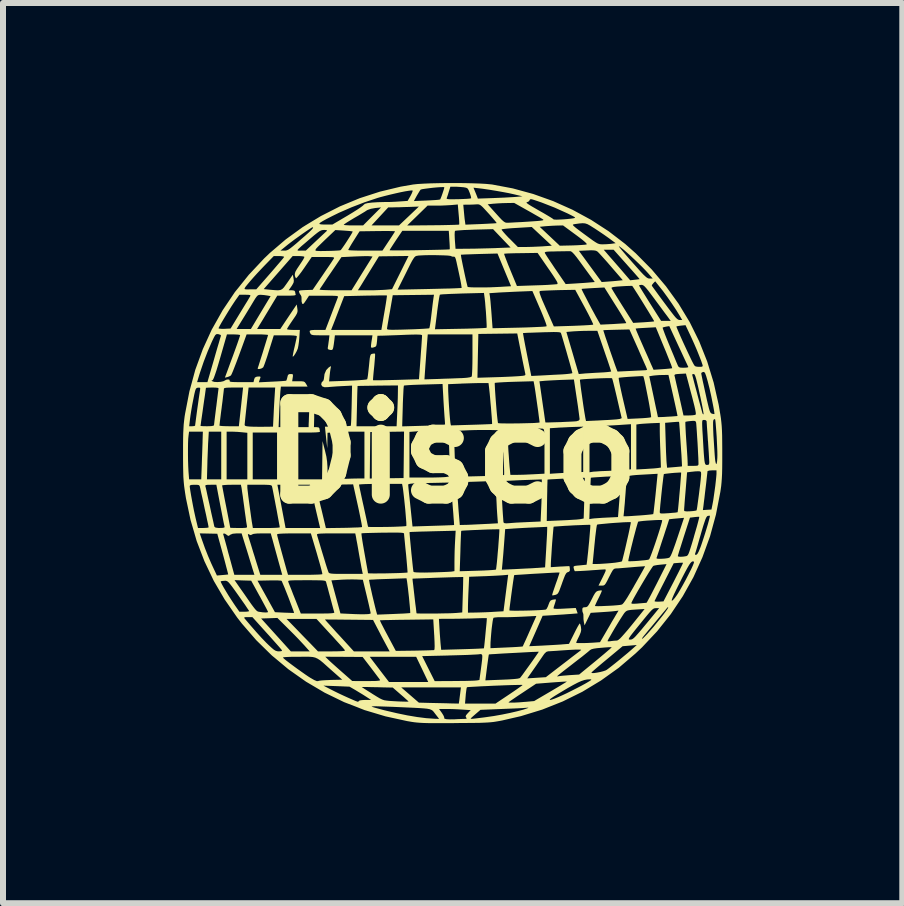
<source format=kicad_pcb>
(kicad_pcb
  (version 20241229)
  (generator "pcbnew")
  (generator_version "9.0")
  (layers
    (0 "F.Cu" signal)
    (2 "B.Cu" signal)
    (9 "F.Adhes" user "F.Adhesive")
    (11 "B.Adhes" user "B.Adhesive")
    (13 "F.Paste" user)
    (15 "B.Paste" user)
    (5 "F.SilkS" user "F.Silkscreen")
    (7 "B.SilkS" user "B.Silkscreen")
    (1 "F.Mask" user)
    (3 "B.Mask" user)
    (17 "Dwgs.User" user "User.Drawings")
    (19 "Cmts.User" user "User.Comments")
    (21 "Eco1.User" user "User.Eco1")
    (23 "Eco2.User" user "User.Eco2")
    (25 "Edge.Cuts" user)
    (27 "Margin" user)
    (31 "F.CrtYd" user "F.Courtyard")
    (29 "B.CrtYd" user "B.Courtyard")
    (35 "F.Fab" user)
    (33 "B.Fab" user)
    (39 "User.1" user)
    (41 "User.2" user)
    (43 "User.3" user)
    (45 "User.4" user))
  (footprint "Disco"
    (layer "F.Cu")
    (at 4.492 4.502)
    (property "Reference" "Disco" (at 0 0 0) (layer "F.SilkS") (effects (font (size 1.524 1.524) (thickness 0.3))))
    (attr board_only exclude_from_pos_files exclude_from_bom)
    (fp_poly (pts (xy 0.192 -4.501) (xy 0.327 -4.498) (xy 0.45 -4.494) (xy 0.556 -4.488) (xy 0.638 -4.48) (xy 0.658 -4.478) (xy 1.002 -4.413) (xy 1.342 -4.32) (xy 1.675 -4.201) (xy 1.997 -4.057) (xy 2.306 -3.889) (xy 2.599 -3.699) (xy 2.874 -3.488) (xy 3.051 -3.331) (xy 3.317 -3.062) (xy 3.554 -2.782) (xy 3.765 -2.49) (xy 3.95 -2.184) (xy 4.108 -1.864) (xy 4.241 -1.529) (xy 4.349 -1.177) (xy 4.432 -0.81) (xy 4.46 -0.645) (xy 4.47 -0.58) (xy 4.477 -0.517) (xy 4.483 -0.452) (xy 4.487 -0.381) (xy 4.49 -0.297) (xy 4.491 -0.196) (xy 4.492 -0.073) (xy 4.492 0) (xy 4.492 0.137) (xy 4.491 0.248) (xy 4.489 0.34) (xy 4.485 0.417) (xy 4.48 0.485) (xy 4.474 0.548) (xy 4.465 0.611) (xy 4.46 0.645) (xy 4.387 1.022) (xy 4.288 1.385) (xy 4.162 1.732) (xy 4.012 2.064) (xy 3.835 2.381) (xy 3.634 2.681) (xy 3.407 2.966) (xy 3.155 3.234) (xy 3.047 3.336) (xy 2.768 3.574) (xy 2.472 3.786) (xy 2.161 3.974) (xy 1.835 4.135) (xy 1.493 4.271) (xy 1.138 4.38) (xy 0.826 4.452) (xy 0.773 4.462) (xy 0.726 4.47) (xy 0.681 4.477) (xy 0.634 4.482) (xy 0.581 4.486) (xy 0.519 4.489) (xy 0.443 4.492) (xy 0.35 4.493) (xy 0.236 4.494) (xy 0.097 4.495) (xy 0.038 4.496) (xy -0.112 4.497) (xy -0.235 4.497) (xy -0.336 4.497) (xy -0.418 4.496) (xy -0.485 4.494) (xy -0.542 4.491) (xy -0.592 4.487) (xy -0.639 4.482) (xy -0.686 4.475) (xy -0.738 4.466) (xy -0.757 4.463) (xy -1.118 4.384) (xy -1.469 4.279) (xy -1.618 4.22) (xy -1.348 4.22) (xy -1.348 4.223) (xy -1.331 4.229) (xy -1.291 4.241) (xy -1.232 4.257) (xy -1.159 4.277) (xy -1.109 4.289) (xy -0.931 4.331) (xy -0.757 4.367) (xy -0.591 4.395) (xy -0.44 4.414) (xy -0.31 4.423) (xy -0.296 4.424) (xy -0.225 4.426) (xy -0.289 4.344) (xy -0.307 4.32) (xy -0.323 4.3) (xy -0.339 4.285) (xy -0.36 4.273) (xy -0.388 4.263) (xy -0.401 4.261) (xy -0.227 4.261) (xy -0.179 4.327) (xy -0.155 4.366) (xy -0.141 4.397) (xy -0.141 4.409) (xy -0.137 4.422) (xy -0.104 4.431) (xy -0.047 4.434) (xy 0.034 4.433) (xy 0.044 4.432) (xy 0.105 4.429) (xy 0.161 4.427) (xy 0.199 4.426) (xy 0.199 4.426) (xy 0.229 4.424) (xy 0.23 4.42) (xy 0.3 4.42) (xy 0.303 4.424) (xy 0.313 4.425) (xy 0.334 4.424) (xy 0.372 4.42) (xy 0.429 4.413) (xy 0.511 4.403) (xy 0.555 4.397) (xy 0.687 4.378) (xy 0.822 4.354) (xy 0.954 4.327) (xy 1.075 4.299) (xy 1.177 4.272) (xy 1.213 4.26) (xy 1.25 4.247) (xy 1.264 4.239) (xy 1.253 4.239) (xy 1.226 4.241) (xy 1.173 4.245) (xy 1.1 4.249) (xy 1.011 4.253) (xy 0.911 4.257) (xy 0.836 4.26) (xy 0.464 4.275) (xy 0.382 4.345) (xy 0.342 4.38) (xy 0.313 4.406) (xy 0.3 4.42) (xy 0.3 4.42) (xy 0.23 4.42) (xy 0.233 4.415) (xy 0.225 4.403) (xy 0.216 4.385) (xy 0.224 4.364) (xy 0.251 4.332) (xy 0.253 4.33) (xy 0.301 4.28) (xy 0.163 4.271) (xy 0.081 4.266) (xy -0.009 4.262) (xy -0.09 4.261) (xy -0.101 4.261) (xy -0.227 4.261) (xy -0.401 4.261) (xy -0.427 4.256) (xy -0.48 4.251) (xy -0.55 4.246) (xy -0.641 4.241) (xy -0.756 4.236) (xy -0.863 4.231) (xy -1.002 4.225) (xy -1.115 4.221) (xy -1.202 4.218) (xy -1.266 4.216) (xy -1.31 4.216) (xy -1.337 4.218) (xy -1.348 4.22) (xy -1.618 4.22) (xy -1.808 4.147) (xy -2.133 3.989) (xy -2.331 3.872) (xy -2.153 3.872) (xy -2.033 3.934) (xy -1.964 3.969) (xy -1.888 4.006) (xy -1.811 4.042) (xy -1.736 4.076) (xy -1.67 4.105) (xy -1.619 4.127) (xy -1.586 4.139) (xy -1.579 4.14) (xy -1.562 4.131) (xy -1.56 4.126) (xy -1.546 4.118) (xy -1.51 4.113) (xy -1.459 4.11) (xy -1.358 4.11) (xy -1.44 4.057) (xy -1.498 4.02) (xy -1.566 3.979) (xy -1.62 3.946) (xy -1.708 3.895) (xy -1.515 3.895) (xy -1.503 3.903) (xy -1.47 3.925) (xy -1.421 3.956) (xy -1.36 3.994) (xy -1.339 4.008) (xy -1.268 4.052) (xy -1.216 4.083) (xy -1.175 4.103) (xy -1.14 4.115) (xy -1.103 4.121) (xy -1.058 4.126) (xy -1.043 4.127) (xy -0.962 4.132) (xy -0.886 4.136) (xy -0.82 4.138) (xy -0.77 4.139) (xy -0.74 4.138) (xy -0.735 4.136) (xy -0.746 4.125) (xy -0.775 4.099) (xy -0.817 4.061) (xy -0.867 4.018) (xy -0.998 3.904) (xy -1.156 3.901) (xy -0.857 3.901) (xy -0.563 4.155) (xy -0.375 4.16) (xy -0.285 4.162) (xy -0.188 4.164) (xy -0.098 4.166) (xy -0.043 4.168) (xy 0.102 4.171) (xy 0.206 4.171) (xy 0.715 4.171) (xy 0.745 4.15) (xy 0.93 4.15) (xy 0.944 4.154) (xy 0.983 4.155) (xy 1.041 4.154) (xy 1.114 4.15) (xy 1.197 4.143) (xy 1.215 4.142) (xy 1.358 4.129) (xy 1.393 4.108) (xy 1.617 4.108) (xy 1.625 4.111) (xy 1.653 4.104) (xy 1.701 4.087) (xy 1.766 4.06) (xy 1.841 4.026) (xy 1.895 4.001) (xy 1.981 3.958) (xy 2.066 3.915) (xy 2.143 3.875) (xy 2.205 3.841) (xy 2.228 3.828) (xy 2.278 3.798) (xy 2.305 3.78) (xy 2.311 3.77) (xy 2.299 3.767) (xy 2.288 3.767) (xy 2.242 3.769) (xy 2.195 3.778) (xy 2.144 3.795) (xy 2.084 3.822) (xy 2.011 3.86) (xy 1.92 3.911) (xy 1.853 3.951) (xy 1.761 4.006) (xy 1.693 4.048) (xy 1.648 4.078) (xy 1.623 4.097) (xy 1.617 4.108) (xy 1.393 4.108) (xy 1.632 3.968) (xy 1.713 3.92) (xy 1.784 3.878) (xy 1.841 3.843) (xy 1.882 3.818) (xy 1.901 3.805) (xy 1.902 3.804) (xy 1.886 3.804) (xy 1.846 3.806) (xy 1.785 3.81) (xy 1.71 3.815) (xy 1.644 3.82) (xy 1.39 3.84) (xy 1.16 3.993) (xy 1.087 4.041) (xy 1.024 4.084) (xy 0.974 4.118) (xy 0.942 4.141) (xy 0.93 4.15) (xy 0.745 4.15) (xy 0.943 4.018) (xy 1.014 3.97) (xy 1.076 3.927) (xy 1.125 3.892) (xy 1.156 3.87) (xy 1.165 3.861) (xy 1.149 3.859) (xy 1.107 3.86) (xy 1.045 3.861) (xy 0.965 3.863) (xy 0.874 3.866) (xy 0.775 3.87) (xy 0.672 3.874) (xy 0.571 3.879) (xy 0.476 3.883) (xy 0.391 3.888) (xy 0.32 3.892) (xy 0.269 3.895) (xy 0.241 3.898) (xy 0.238 3.899) (xy 0.232 3.917) (xy 0.226 3.958) (xy 0.219 4.014) (xy 0.217 4.04) (xy 0.206 4.171) (xy 0.102 4.171) (xy 0.111 4.115) (xy 0.117 4.065) (xy 0.125 4.005) (xy 0.128 3.98) (xy 0.138 3.901) (xy -0.857 3.901) (xy -1.156 3.901) (xy -1.257 3.898) (xy -1.341 3.897) (xy -1.414 3.895) (xy -1.47 3.895) (xy -1.506 3.895) (xy -1.515 3.895) (xy -1.708 3.895) (xy -1.718 3.889) (xy -1.935 3.88) (xy -2.153 3.872) (xy -2.331 3.872) (xy -2.443 3.806) (xy -2.737 3.599) (xy -2.969 3.405) (xy -2.828 3.405) (xy -2.811 3.422) (xy -2.775 3.452) (xy -2.723 3.492) (xy -2.66 3.539) (xy -2.592 3.589) (xy -2.523 3.638) (xy -2.458 3.684) (xy -2.402 3.722) (xy -2.372 3.741) (xy -2.306 3.779) (xy -2.263 3.797) (xy -2.243 3.796) (xy -2.222 3.79) (xy -2.178 3.785) (xy -2.116 3.781) (xy -2.043 3.778) (xy -2.033 3.777) (xy -1.84 3.773) (xy -2.018 3.616) (xy -2.098 3.545) (xy -2.159 3.49) (xy -2.208 3.45) (xy -2.25 3.423) (xy -2.289 3.405) (xy -2.331 3.395) (xy -2.382 3.391) (xy -2.446 3.39) (xy -2.123 3.39) (xy -2.078 3.434) (xy -2.051 3.46) (xy -2.007 3.5) (xy -1.95 3.551) (xy -1.886 3.608) (xy -1.853 3.637) (xy -1.673 3.795) (xy -1.436 3.796) (xy -1.344 3.795) (xy -1.278 3.794) (xy -1.236 3.79) (xy -1.214 3.786) (xy -1.209 3.779) (xy -1.21 3.777) (xy -1.222 3.759) (xy -1.25 3.722) (xy -1.289 3.67) (xy -1.335 3.609) (xy -1.36 3.576) (xy -1.5 3.394) (xy -1.811 3.392) (xy -2.028 3.391) (xy -1.382 3.391) (xy -1.222 3.601) (xy -1.061 3.811) (xy -0.407 3.811) (xy -0.507 3.601) (xy -0.608 3.391) (xy -1.382 3.391) (xy -2.028 3.391) (xy -2.123 3.39) (xy -2.446 3.39) (xy -2.447 3.39) (xy -2.531 3.391) (xy -2.562 3.391) (xy -2.666 3.391) (xy -2.746 3.394) (xy -2.8 3.397) (xy -2.826 3.402) (xy -2.828 3.405) (xy -2.969 3.405) (xy -3 3.38) (xy -0.508 3.38) (xy -0.404 3.588) (xy -0.299 3.797) (xy 0.027 3.795) (xy 0.125 3.794) (xy 0.217 3.793) (xy 0.295 3.791) (xy 0.356 3.789) (xy 0.393 3.786) (xy 0.399 3.786) (xy 0.411 3.784) (xy 0.545 3.784) (xy 0.824 3.773) (xy 0.937 3.768) (xy 1.022 3.762) (xy 1.08 3.756) (xy 1.102 3.751) (xy 1.243 3.751) (xy 1.398 3.741) (xy 1.553 3.731) (xy 1.572 3.716) (xy 1.74 3.716) (xy 1.752 3.718) (xy 1.767 3.715) (xy 1.792 3.711) (xy 1.84 3.706) (xy 1.902 3.701) (xy 1.95 3.697) (xy 2.108 3.687) (xy 2.145 3.656) (xy 2.31 3.656) (xy 2.324 3.662) (xy 2.358 3.662) (xy 2.405 3.655) (xy 2.458 3.645) (xy 2.509 3.632) (xy 2.55 3.618) (xy 2.566 3.609) (xy 2.596 3.587) (xy 2.645 3.549) (xy 2.706 3.501) (xy 2.775 3.445) (xy 2.846 3.386) (xy 2.915 3.329) (xy 2.975 3.277) (xy 3.008 3.248) (xy 3.068 3.195) (xy 2.95 3.205) (xy 2.832 3.215) (xy 2.571 3.432) (xy 2.496 3.494) (xy 2.43 3.55) (xy 2.375 3.597) (xy 2.335 3.632) (xy 2.313 3.653) (xy 2.31 3.656) (xy 2.145 3.656) (xy 2.382 3.462) (xy 2.459 3.398) (xy 2.527 3.341) (xy 2.583 3.293) (xy 2.624 3.258) (xy 2.647 3.236) (xy 2.651 3.231) (xy 2.635 3.231) (xy 2.595 3.232) (xy 2.538 3.236) (xy 2.479 3.241) (xy 2.403 3.248) (xy 2.35 3.256) (xy 2.315 3.265) (xy 2.291 3.278) (xy 2.277 3.29) (xy 2.255 3.309) (xy 2.213 3.343) (xy 2.156 3.389) (xy 2.087 3.442) (xy 2.011 3.501) (xy 1.992 3.516) (xy 1.917 3.574) (xy 1.851 3.625) (xy 1.798 3.667) (xy 1.76 3.698) (xy 1.742 3.714) (xy 1.74 3.716) (xy 1.572 3.716) (xy 1.837 3.512) (xy 1.918 3.45) (xy 1.991 3.393) (xy 2.054 3.345) (xy 2.103 3.308) (xy 2.133 3.284) (xy 2.142 3.278) (xy 2.136 3.273) (xy 2.1 3.271) (xy 2.036 3.272) (xy 1.941 3.277) (xy 1.895 3.28) (xy 1.806 3.286) (xy 1.725 3.292) (xy 1.658 3.296) (xy 1.611 3.299) (xy 1.59 3.3) (xy 1.56 3.31) (xy 1.528 3.341) (xy 1.506 3.372) (xy 1.478 3.413) (xy 1.438 3.471) (xy 1.393 3.537) (xy 1.351 3.597) (xy 1.243 3.751) (xy 1.102 3.751) (xy 1.114 3.748) (xy 1.123 3.743) (xy 1.136 3.727) (xy 1.163 3.692) (xy 1.198 3.643) (xy 1.24 3.585) (xy 1.285 3.523) (xy 1.33 3.46) (xy 1.37 3.403) (xy 1.403 3.355) (xy 1.426 3.322) (xy 1.435 3.307) (xy 1.435 3.307) (xy 1.419 3.307) (xy 1.379 3.309) (xy 1.318 3.311) (xy 1.241 3.315) (xy 1.152 3.32) (xy 1.058 3.325) (xy 0.961 3.33) (xy 0.867 3.335) (xy 0.781 3.34) (xy 0.707 3.345) (xy 0.649 3.348) (xy 0.614 3.351) (xy 0.604 3.352) (xy 0.6 3.368) (xy 0.594 3.408) (xy 0.586 3.467) (xy 0.576 3.539) (xy 0.572 3.57) (xy 0.545 3.784) (xy 0.411 3.784) (xy 0.446 3.778) (xy 0.471 3.596) (xy 0.483 3.503) (xy 0.491 3.436) (xy 0.494 3.391) (xy 0.492 3.363) (xy 0.482 3.35) (xy 0.465 3.346) (xy 0.44 3.349) (xy 0.424 3.351) (xy 0.39 3.353) (xy 0.331 3.356) (xy 0.252 3.36) (xy 0.156 3.363) (xy 0.049 3.366) (xy -0.065 3.369) (xy -0.078 3.37) (xy -0.508 3.38) (xy -3 3.38) (xy -3.014 3.368) (xy -3.272 3.115) (xy -3.51 2.84) (xy -3.591 2.736) (xy -3.473 2.736) (xy -3.472 2.746) (xy -3.463 2.757) (xy -3.366 2.871) (xy -3.272 2.979) (xy -3.184 3.076) (xy -3.107 3.156) (xy -3.069 3.193) (xy -3.016 3.242) (xy -2.978 3.274) (xy -2.949 3.291) (xy -2.922 3.299) (xy -2.895 3.301) (xy -2.856 3.298) (xy -2.843 3.29) (xy -2.846 3.281) (xy -2.859 3.264) (xy -2.889 3.229) (xy -2.934 3.178) (xy -2.99 3.115) (xy -3.054 3.043) (xy -3.097 2.996) (xy -3.316 2.753) (xy -3.191 2.753) (xy -2.696 3.301) (xy -2.382 3.301) (xy -2.473 3.199) (xy -2.516 3.153) (xy -2.574 3.091) (xy -2.641 3.022) (xy -2.711 2.952) (xy -2.742 2.921) (xy -2.903 2.761) (xy -2.767 2.761) (xy -2.64 2.892) (xy -2.575 2.959) (xy -2.5 3.037) (xy -2.425 3.114) (xy -2.378 3.162) (xy -2.244 3.301) (xy -2.014 3.301) (xy -1.923 3.3) (xy -1.859 3.298) (xy -1.819 3.295) (xy -1.798 3.29) (xy -1.794 3.283) (xy -1.795 3.282) (xy -1.808 3.266) (xy -1.838 3.231) (xy -1.883 3.181) (xy -1.939 3.12) (xy -2.003 3.049) (xy -2.038 3.012) (xy -2.26 2.77) (xy -2.127 2.77) (xy -2.119 2.781) (xy -2.093 2.811) (xy -2.051 2.857) (xy -1.998 2.916) (xy -1.936 2.985) (xy -1.888 3.036) (xy -1.646 3.301) (xy -1.05 3.301) (xy -1.149 3.117) (xy -1.189 3.042) (xy -1.227 2.968) (xy -1.26 2.905) (xy -1.284 2.859) (xy -1.286 2.855) (xy -1.323 2.784) (xy -1.213 2.784) (xy -1.207 2.797) (xy -1.19 2.834) (xy -1.162 2.888) (xy -1.127 2.956) (xy -1.085 3.034) (xy -1.082 3.04) (xy -0.947 3.293) (xy -0.635 3.289) (xy -0.54 3.287) (xy -0.456 3.285) (xy -0.386 3.283) (xy -0.336 3.281) (xy -0.31 3.28) (xy -0.308 3.279) (xy -0.302 3.262) (xy -0.3 3.215) (xy -0.302 3.138) (xy -0.307 3.032) (xy -0.308 3.021) (xy -0.323 2.768) (xy -0.765 2.774) (xy -0.877 2.775) (xy -0.979 2.777) (xy -1.067 2.779) (xy -1.138 2.78) (xy -1.187 2.782) (xy -1.211 2.783) (xy -1.213 2.784) (xy -1.323 2.784) (xy -1.326 2.777) (xy -1.724 2.773) (xy -1.83 2.772) (xy -1.926 2.771) (xy -2.008 2.77) (xy -2.071 2.77) (xy -2.112 2.769) (xy -2.127 2.77) (xy -2.26 2.77) (xy -2.269 2.761) (xy -2.767 2.761) (xy -2.903 2.761) (xy -2.905 2.759) (xy -0.229 2.759) (xy -0.219 2.929) (xy -0.214 3.008) (xy -0.208 3.087) (xy -0.203 3.154) (xy -0.2 3.187) (xy -0.191 3.275) (xy 0.163 3.265) (xy 0.262 3.262) (xy 0.352 3.259) (xy 0.426 3.256) (xy 0.482 3.253) (xy 0.514 3.251) (xy 0.521 3.25) (xy 0.521 3.248) (xy 0.63 3.248) (xy 0.896 3.236) (xy 0.982 3.232) (xy 1.057 3.228) (xy 1.116 3.224) (xy 1.154 3.221) (xy 1.167 3.219) (xy 1.174 3.205) (xy 1.191 3.167) (xy 1.217 3.111) (xy 1.249 3.04) (xy 1.283 2.963) (xy 1.395 2.711) (xy 1.159 2.723) (xy 1.067 2.727) (xy 0.975 2.73) (xy 0.892 2.732) (xy 0.827 2.732) (xy 0.81 2.732) (xy 0.753 2.732) (xy 0.708 2.736) (xy 0.682 2.741) (xy 0.681 2.741) (xy 0.674 2.759) (xy 0.666 2.801) (xy 0.658 2.86) (xy 0.649 2.931) (xy 0.642 3.007) (xy 0.636 3.082) (xy 0.631 3.151) (xy 0.63 3.202) (xy 0.63 3.248) (xy 0.521 3.248) (xy 0.523 3.235) (xy 0.528 3.196) (xy 0.534 3.139) (xy 0.541 3.07) (xy 0.548 2.995) (xy 0.555 2.92) (xy 0.562 2.852) (xy 0.567 2.795) (xy 0.569 2.757) (xy 0.57 2.748) (xy 0.556 2.747) (xy 0.518 2.747) (xy 0.462 2.748) (xy 0.394 2.75) (xy 0.309 2.753) (xy 0.207 2.755) (xy 0.1 2.757) (xy 0.001 2.758) (xy -0.006 2.758) (xy -0.229 2.759) (xy -2.905 2.759) (xy -2.92 2.744) (xy -3.056 2.749) (xy -3.191 2.753) (xy -3.316 2.753) (xy -3.336 2.731) (xy -3.411 2.731) (xy -3.454 2.731) (xy -3.473 2.736) (xy -3.591 2.736) (xy -3.591 2.736) (xy -3.8 2.434) (xy -3.975 2.135) (xy -3.865 2.135) (xy -3.861 2.15) (xy -3.843 2.186) (xy -3.815 2.237) (xy -3.778 2.299) (xy -3.736 2.368) (xy -3.692 2.437) (xy -3.648 2.504) (xy -3.623 2.541) (xy -3.553 2.641) (xy -3.472 2.641) (xy -3.427 2.639) (xy -3.398 2.634) (xy -3.391 2.629) (xy -3.4 2.614) (xy -3.424 2.579) (xy -3.459 2.526) (xy -3.505 2.461) (xy -3.557 2.387) (xy -3.569 2.37) (xy -3.628 2.287) (xy -3.673 2.225) (xy -3.707 2.181) (xy -3.732 2.152) (xy -3.752 2.135) (xy -3.769 2.127) (xy -3.786 2.124) (xy -3.801 2.125) (xy -3.839 2.128) (xy -3.863 2.133) (xy -3.865 2.135) (xy -3.975 2.135) (xy -3.982 2.122) (xy -3.986 2.114) (xy -3.634 2.114) (xy -3.532 2.261) (xy -3.458 2.366) (xy -3.4 2.45) (xy -3.355 2.514) (xy -3.32 2.561) (xy -3.294 2.594) (xy -3.274 2.616) (xy -3.258 2.63) (xy -3.244 2.637) (xy -3.23 2.641) (xy -3.222 2.642) (xy -3.167 2.65) (xy -3.119 2.653) (xy -3.086 2.651) (xy -3.076 2.644) (xy -3.083 2.628) (xy -3.102 2.59) (xy -3.132 2.534) (xy -3.169 2.465) (xy -3.212 2.386) (xy -3.217 2.378) (xy -3.357 2.123) (xy -3.252 2.123) (xy -2.961 2.648) (xy -2.804 2.656) (xy -2.739 2.658) (xy -2.686 2.66) (xy -2.652 2.661) (xy -2.643 2.66) (xy -2.646 2.646) (xy -2.659 2.608) (xy -2.68 2.552) (xy -2.707 2.48) (xy -2.738 2.398) (xy -2.738 2.398) (xy -2.771 2.315) (xy -2.8 2.242) (xy -2.825 2.183) (xy -2.842 2.143) (xy -2.844 2.138) (xy -2.74 2.138) (xy -2.739 2.142) (xy -2.731 2.164) (xy -2.713 2.209) (xy -2.688 2.271) (xy -2.659 2.347) (xy -2.63 2.419) (xy -2.53 2.671) (xy -2.248 2.671) (xy -2.146 2.67) (xy -2.07 2.669) (xy -2.018 2.666) (xy -1.987 2.662) (xy -1.973 2.656) (xy -1.972 2.652) (xy -1.978 2.631) (xy -1.99 2.588) (xy -2.007 2.525) (xy -2.027 2.45) (xy -2.04 2.4) (xy -2.062 2.32) (xy -2.081 2.247) (xy -2.097 2.19) (xy -2.107 2.152) (xy -2.11 2.142) (xy -2.115 2.133) (xy -2.126 2.126) (xy -2.147 2.122) (xy -2.182 2.118) (xy -2.198 2.118) (xy -2.02 2.118) (xy -1.945 2.394) (xy -1.87 2.669) (xy -1.764 2.674) (xy -1.63 2.68) (xy -1.525 2.683) (xy -1.448 2.682) (xy -1.396 2.679) (xy -1.37 2.672) (xy -1.366 2.667) (xy -1.369 2.647) (xy -1.379 2.603) (xy -1.393 2.539) (xy -1.411 2.462) (xy -1.431 2.378) (xy -1.496 2.109) (xy -1.393 2.109) (xy -1.391 2.124) (xy -1.384 2.163) (xy -1.372 2.22) (xy -1.356 2.289) (xy -1.339 2.366) (xy -1.32 2.445) (xy -1.302 2.52) (xy -1.286 2.585) (xy -1.273 2.635) (xy -1.258 2.689) (xy -0.985 2.678) (xy -0.898 2.674) (xy -0.822 2.671) (xy -0.761 2.667) (xy -0.721 2.664) (xy -0.707 2.662) (xy -0.707 2.646) (xy -0.709 2.606) (xy -0.714 2.548) (xy -0.721 2.478) (xy -0.728 2.401) (xy -0.737 2.323) (xy -0.745 2.25) (xy -0.753 2.187) (xy -0.759 2.141) (xy -0.76 2.133) (xy -0.768 2.09) (xy -0.669 2.09) (xy -0.668 2.105) (xy -0.664 2.144) (xy -0.657 2.201) (xy -0.649 2.272) (xy -0.64 2.35) (xy -0.631 2.43) (xy -0.622 2.507) (xy -0.613 2.574) (xy -0.607 2.627) (xy -0.603 2.659) (xy -0.601 2.667) (xy -0.586 2.669) (xy -0.547 2.67) (xy -0.487 2.671) (xy -0.414 2.671) (xy -0.331 2.67) (xy -0.244 2.67) (xy -0.158 2.668) (xy -0.079 2.667) (xy -0.011 2.665) (xy 0.04 2.662) (xy 0.061 2.661) (xy 0.119 2.656) (xy 0.255 2.656) (xy 0.386 2.654) (xy 0.461 2.652) (xy 0.551 2.649) (xy 0.641 2.645) (xy 0.683 2.642) (xy 0.847 2.633) (xy 0.849 2.618) (xy 0.945 2.618) (xy 0.959 2.621) (xy 0.998 2.623) (xy 1.056 2.624) (xy 1.127 2.623) (xy 1.207 2.622) (xy 1.29 2.62) (xy 1.37 2.617) (xy 1.442 2.614) (xy 1.501 2.61) (xy 1.542 2.606) (xy 1.555 2.603) (xy 1.569 2.587) (xy 1.587 2.551) (xy 1.597 2.523) (xy 1.615 2.478) (xy 1.633 2.453) (xy 1.66 2.442) (xy 1.668 2.44) (xy 1.702 2.435) (xy 1.72 2.435) (xy 1.72 2.436) (xy 1.719 2.451) (xy 1.709 2.486) (xy 1.703 2.505) (xy 1.689 2.547) (xy 1.681 2.578) (xy 1.68 2.584) (xy 1.695 2.59) (xy 1.738 2.593) (xy 1.808 2.591) (xy 1.866 2.588) (xy 2.051 2.578) (xy 2.083 2.668) (xy 1.975 2.677) (xy 1.916 2.681) (xy 1.837 2.687) (xy 1.751 2.692) (xy 1.683 2.697) (xy 1.499 2.708) (xy 1.388 2.962) (xy 1.276 3.215) (xy 1.49 3.205) (xy 1.579 3.2) (xy 1.67 3.195) (xy 1.752 3.19) (xy 1.815 3.186) (xy 1.82 3.185) (xy 1.938 3.176) (xy 2.023 3.006) (xy 2.055 2.942) (xy 2.084 2.888) (xy 2.106 2.851) (xy 2.117 2.836) (xy 2.118 2.836) (xy 2.126 2.849) (xy 2.135 2.882) (xy 2.138 2.901) (xy 2.142 2.942) (xy 2.135 2.98) (xy 2.117 3.026) (xy 2.101 3.06) (xy 2.078 3.107) (xy 2.063 3.142) (xy 2.058 3.158) (xy 2.059 3.159) (xy 2.077 3.162) (xy 2.118 3.163) (xy 2.178 3.163) (xy 2.248 3.161) (xy 2.324 3.157) (xy 2.341 3.156) (xy 2.455 3.148) (xy 2.465 3.131) (xy 2.581 3.131) (xy 2.594 3.134) (xy 2.626 3.132) (xy 2.637 3.13) (xy 2.686 3.124) (xy 2.73 3.121) (xy 2.733 3.121) (xy 2.747 3.118) (xy 2.765 3.107) (xy 2.773 3.1) (xy 2.934 3.1) (xy 2.942 3.104) (xy 2.956 3.105) (xy 2.959 3.105) (xy 2.978 3.103) (xy 2.997 3.095) (xy 3.005 3.089) (xy 3.154 3.089) (xy 3.156 3.09) (xy 3.16 3.09) (xy 3.175 3.08) (xy 3.204 3.051) (xy 3.245 3.008) (xy 3.291 2.956) (xy 3.349 2.89) (xy 3.406 2.82) (xy 3.461 2.752) (xy 3.511 2.689) (xy 3.551 2.635) (xy 3.579 2.595) (xy 3.592 2.571) (xy 3.592 2.567) (xy 3.581 2.567) (xy 3.57 2.58) (xy 3.544 2.612) (xy 3.503 2.66) (xy 3.453 2.721) (xy 3.395 2.79) (xy 3.382 2.806) (xy 3.309 2.894) (xy 3.252 2.962) (xy 3.211 3.012) (xy 3.182 3.047) (xy 3.165 3.07) (xy 3.156 3.083) (xy 3.154 3.089) (xy 3.005 3.089) (xy 3.02 3.078) (xy 3.049 3.049) (xy 3.088 3.005) (xy 3.141 2.944) (xy 3.188 2.887) (xy 3.248 2.815) (xy 3.303 2.748) (xy 3.35 2.691) (xy 3.385 2.648) (xy 3.404 2.625) (xy 3.44 2.581) (xy 3.387 2.581) (xy 3.369 2.582) (xy 3.352 2.587) (xy 3.333 2.599) (xy 3.309 2.621) (xy 3.277 2.656) (xy 3.234 2.707) (xy 3.178 2.775) (xy 3.123 2.843) (xy 3.054 2.928) (xy 3.003 2.992) (xy 2.967 3.038) (xy 2.945 3.07) (xy 2.935 3.09) (xy 2.934 3.1) (xy 2.773 3.1) (xy 2.79 3.086) (xy 2.821 3.053) (xy 2.862 3.007) (xy 2.915 2.946) (xy 2.98 2.867) (xy 3.06 2.768) (xy 3.156 2.648) (xy 3.171 2.629) (xy 3.198 2.595) (xy 3.051 2.604) (xy 2.982 2.609) (xy 2.936 2.615) (xy 2.906 2.623) (xy 2.885 2.636) (xy 2.866 2.656) (xy 2.865 2.656) (xy 2.848 2.68) (xy 2.82 2.723) (xy 2.784 2.779) (xy 2.744 2.844) (xy 2.702 2.913) (xy 2.663 2.98) (xy 2.628 3.041) (xy 2.6 3.089) (xy 2.584 3.121) (xy 2.581 3.131) (xy 2.465 3.131) (xy 2.57 2.951) (xy 2.614 2.876) (xy 2.655 2.804) (xy 2.692 2.743) (xy 2.718 2.698) (xy 2.724 2.688) (xy 2.764 2.622) (xy 2.691 2.631) (xy 2.644 2.636) (xy 2.578 2.641) (xy 2.503 2.646) (xy 2.459 2.649) (xy 2.3 2.659) (xy 2.198 2.868) (xy 2.187 2.818) (xy 2.18 2.767) (xy 2.179 2.72) (xy 2.178 2.684) (xy 2.172 2.662) (xy 2.171 2.661) (xy 2.163 2.64) (xy 2.16 2.608) (xy 2.164 2.578) (xy 2.183 2.567) (xy 2.205 2.566) (xy 2.227 2.563) (xy 2.245 2.554) (xy 2.263 2.532) (xy 2.286 2.493) (xy 2.317 2.433) (xy 2.349 2.37) (xy 2.373 2.33) (xy 2.393 2.307) (xy 2.414 2.295) (xy 2.432 2.29) (xy 2.467 2.285) (xy 2.486 2.286) (xy 2.486 2.286) (xy 2.483 2.301) (xy 2.468 2.337) (xy 2.445 2.386) (xy 2.431 2.414) (xy 2.404 2.468) (xy 2.384 2.512) (xy 2.372 2.539) (xy 2.37 2.544) (xy 2.384 2.547) (xy 2.422 2.548) (xy 2.477 2.547) (xy 2.543 2.544) (xy 2.613 2.541) (xy 2.682 2.537) (xy 2.743 2.532) (xy 2.79 2.527) (xy 2.815 2.522) (xy 2.83 2.514) (xy 2.841 2.502) (xy 2.978 2.502) (xy 2.991 2.507) (xy 3.021 2.508) (xy 3.075 2.505) (xy 3.094 2.503) (xy 3.153 2.498) (xy 3.199 2.494) (xy 3.226 2.492) (xy 3.229 2.492) (xy 3.239 2.479) (xy 3.247 2.464) (xy 3.363 2.464) (xy 3.373 2.47) (xy 3.405 2.473) (xy 3.435 2.473) (xy 3.513 2.468) (xy 3.519 2.456) (xy 3.65 2.456) (xy 3.654 2.458) (xy 3.673 2.444) (xy 3.703 2.41) (xy 3.737 2.362) (xy 3.756 2.333) (xy 3.791 2.274) (xy 3.835 2.197) (xy 3.882 2.111) (xy 3.926 2.026) (xy 3.934 2.01) (xy 3.974 1.932) (xy 4 1.875) (xy 4.015 1.838) (xy 4.021 1.816) (xy 4.017 1.805) (xy 4.011 1.802) (xy 3.996 1.802) (xy 3.981 1.81) (xy 3.963 1.828) (xy 3.941 1.859) (xy 3.913 1.907) (xy 3.877 1.973) (xy 3.831 2.061) (xy 3.779 2.164) (xy 3.728 2.267) (xy 3.69 2.346) (xy 3.665 2.403) (xy 3.652 2.439) (xy 3.65 2.456) (xy 3.519 2.456) (xy 3.679 2.148) (xy 3.724 2.059) (xy 3.765 1.979) (xy 3.798 1.912) (xy 3.823 1.862) (xy 3.836 1.832) (xy 3.839 1.825) (xy 3.822 1.824) (xy 3.785 1.825) (xy 3.758 1.827) (xy 3.683 1.833) (xy 3.526 2.142) (xy 3.481 2.23) (xy 3.44 2.31) (xy 3.406 2.377) (xy 3.381 2.428) (xy 3.366 2.458) (xy 3.363 2.464) (xy 3.247 2.464) (xy 3.259 2.442) (xy 3.29 2.386) (xy 3.327 2.315) (xy 3.37 2.231) (xy 3.402 2.169) (xy 3.564 1.847) (xy 3.466 1.856) (xy 3.411 1.862) (xy 3.366 1.87) (xy 3.343 1.877) (xy 3.33 1.893) (xy 3.306 1.929) (xy 3.271 1.983) (xy 3.23 2.05) (xy 3.185 2.125) (xy 3.139 2.203) (xy 3.093 2.281) (xy 3.052 2.353) (xy 3.017 2.415) (xy 2.992 2.463) (xy 2.979 2.491) (xy 2.978 2.502) (xy 2.841 2.502) (xy 2.85 2.492) (xy 2.876 2.456) (xy 2.911 2.402) (xy 2.955 2.328) (xy 3.012 2.231) (xy 3.03 2.198) (xy 3.08 2.111) (xy 3.124 2.033) (xy 3.161 1.967) (xy 3.188 1.918) (xy 3.203 1.889) (xy 3.206 1.882) (xy 3.191 1.883) (xy 3.151 1.886) (xy 3.092 1.89) (xy 3.019 1.896) (xy 2.986 1.899) (xy 2.904 1.906) (xy 2.83 1.912) (xy 2.769 1.917) (xy 2.73 1.919) (xy 2.723 1.919) (xy 2.701 1.922) (xy 2.684 1.931) (xy 2.666 1.952) (xy 2.644 1.99) (xy 2.613 2.05) (xy 2.606 2.063) (xy 2.575 2.126) (xy 2.552 2.167) (xy 2.534 2.191) (xy 2.517 2.202) (xy 2.496 2.205) (xy 2.483 2.205) (xy 2.43 2.205) (xy 2.498 2.07) (xy 2.528 2.008) (xy 2.546 1.968) (xy 2.551 1.946) (xy 2.546 1.936) (xy 2.539 1.935) (xy 2.516 1.936) (xy 2.468 1.939) (xy 2.402 1.944) (xy 2.324 1.949) (xy 2.276 1.953) (xy 2.196 1.958) (xy 2.126 1.962) (xy 2.072 1.964) (xy 2.04 1.965) (xy 2.034 1.964) (xy 2.026 1.946) (xy 2.018 1.918) (xy 2.014 1.898) (xy 2.018 1.885) (xy 2.037 1.877) (xy 2.075 1.872) (xy 2.12 1.868) (xy 2.232 1.857) (xy 2.233 1.845) (xy 2.332 1.845) (xy 2.4 1.845) (xy 2.443 1.844) (xy 2.507 1.84) (xy 2.581 1.835) (xy 2.64 1.83) (xy 2.709 1.823) (xy 2.766 1.814) (xy 2.806 1.806) (xy 2.821 1.8) (xy 2.822 1.797) (xy 2.926 1.797) (xy 2.939 1.8) (xy 2.976 1.799) (xy 3.028 1.797) (xy 3.088 1.793) (xy 3.15 1.787) (xy 3.205 1.782) (xy 3.248 1.776) (xy 3.27 1.77) (xy 3.271 1.77) (xy 3.281 1.754) (xy 3.283 1.749) (xy 3.396 1.749) (xy 3.406 1.756) (xy 3.437 1.759) (xy 3.482 1.758) (xy 3.531 1.755) (xy 3.576 1.749) (xy 3.607 1.741) (xy 3.62 1.73) (xy 3.629 1.714) (xy 3.751 1.714) (xy 3.764 1.722) (xy 3.798 1.725) (xy 3.845 1.722) (xy 3.882 1.716) (xy 3.897 1.713) (xy 3.909 1.706) (xy 3.921 1.692) (xy 3.928 1.678) (xy 4.039 1.678) (xy 4.042 1.693) (xy 4.058 1.693) (xy 4.077 1.678) (xy 4.099 1.639) (xy 4.126 1.574) (xy 4.137 1.545) (xy 4.158 1.483) (xy 4.182 1.41) (xy 4.207 1.332) (xy 4.231 1.253) (xy 4.253 1.18) (xy 4.27 1.117) (xy 4.282 1.07) (xy 4.287 1.044) (xy 4.287 1.041) (xy 4.27 1.041) (xy 4.251 1.044) (xy 4.239 1.051) (xy 4.227 1.068) (xy 4.213 1.098) (xy 4.197 1.144) (xy 4.175 1.211) (xy 4.148 1.302) (xy 4.133 1.355) (xy 4.106 1.447) (xy 4.083 1.529) (xy 4.063 1.598) (xy 4.048 1.648) (xy 4.039 1.675) (xy 4.039 1.678) (xy 3.928 1.678) (xy 3.933 1.668) (xy 3.947 1.63) (xy 3.965 1.574) (xy 3.989 1.497) (xy 4.019 1.395) (xy 4.021 1.386) (xy 4.048 1.293) (xy 4.072 1.21) (xy 4.09 1.142) (xy 4.103 1.092) (xy 4.109 1.064) (xy 4.11 1.06) (xy 4.092 1.058) (xy 4.055 1.061) (xy 4.029 1.064) (xy 3.954 1.073) (xy 3.852 1.388) (xy 3.823 1.48) (xy 3.797 1.563) (xy 3.775 1.631) (xy 3.76 1.682) (xy 3.752 1.71) (xy 3.751 1.714) (xy 3.629 1.714) (xy 3.635 1.705) (xy 3.654 1.662) (xy 3.678 1.598) (xy 3.709 1.512) (xy 3.746 1.403) (xy 3.855 1.076) (xy 3.731 1.087) (xy 3.675 1.092) (xy 3.632 1.097) (xy 3.609 1.1) (xy 3.608 1.1) (xy 3.602 1.118) (xy 3.589 1.159) (xy 3.57 1.218) (xy 3.546 1.29) (xy 3.52 1.371) (xy 3.492 1.454) (xy 3.465 1.537) (xy 3.441 1.612) (xy 3.42 1.675) (xy 3.405 1.722) (xy 3.396 1.746) (xy 3.396 1.749) (xy 3.283 1.749) (xy 3.298 1.714) (xy 3.32 1.656) (xy 3.346 1.584) (xy 3.374 1.504) (xy 3.402 1.42) (xy 3.429 1.337) (xy 3.453 1.261) (xy 3.472 1.196) (xy 3.486 1.147) (xy 3.491 1.119) (xy 3.49 1.115) (xy 3.473 1.112) (xy 3.432 1.112) (xy 3.376 1.114) (xy 3.311 1.118) (xy 3.243 1.122) (xy 3.181 1.127) (xy 3.13 1.133) (xy 3.098 1.138) (xy 3.091 1.14) (xy 3.085 1.156) (xy 3.073 1.196) (xy 3.056 1.255) (xy 3.037 1.327) (xy 3.015 1.409) (xy 2.994 1.494) (xy 2.973 1.578) (xy 2.955 1.655) (xy 2.94 1.721) (xy 2.93 1.769) (xy 2.926 1.796) (xy 2.926 1.797) (xy 2.822 1.797) (xy 2.827 1.781) (xy 2.838 1.738) (xy 2.853 1.678) (xy 2.871 1.604) (xy 2.89 1.522) (xy 2.909 1.438) (xy 2.928 1.355) (xy 2.944 1.28) (xy 2.957 1.217) (xy 2.966 1.172) (xy 2.969 1.15) (xy 2.969 1.149) (xy 2.952 1.147) (xy 2.911 1.148) (xy 2.851 1.15) (xy 2.779 1.155) (xy 2.7 1.16) (xy 2.621 1.166) (xy 2.546 1.173) (xy 2.482 1.179) (xy 2.434 1.184) (xy 2.408 1.189) (xy 2.406 1.19) (xy 2.401 1.208) (xy 2.394 1.251) (xy 2.386 1.315) (xy 2.376 1.395) (xy 2.367 1.487) (xy 2.363 1.524) (xy 2.332 1.845) (xy 2.233 1.845) (xy 2.241 1.788) (xy 2.248 1.72) (xy 2.257 1.641) (xy 2.265 1.555) (xy 2.274 1.468) (xy 2.281 1.384) (xy 2.287 1.31) (xy 2.292 1.25) (xy 2.294 1.209) (xy 2.293 1.193) (xy 2.293 1.193) (xy 2.278 1.192) (xy 2.237 1.193) (xy 2.178 1.195) (xy 2.105 1.198) (xy 2.024 1.201) (xy 1.941 1.206) (xy 1.861 1.21) (xy 1.79 1.215) (xy 1.732 1.219) (xy 1.695 1.222) (xy 1.682 1.224) (xy 1.68 1.24) (xy 1.676 1.28) (xy 1.671 1.339) (xy 1.665 1.412) (xy 1.658 1.494) (xy 1.652 1.579) (xy 1.647 1.662) (xy 1.642 1.737) (xy 1.638 1.799) (xy 1.636 1.844) (xy 1.636 1.853) (xy 1.635 1.898) (xy 1.789 1.888) (xy 1.853 1.885) (xy 1.905 1.882) (xy 1.937 1.881) (xy 1.945 1.881) (xy 1.949 1.896) (xy 1.953 1.927) (xy 1.952 1.96) (xy 1.934 1.976) (xy 1.921 1.98) (xy 1.905 1.987) (xy 1.889 2.004) (xy 1.872 2.035) (xy 1.852 2.085) (xy 1.825 2.158) (xy 1.822 2.168) (xy 1.795 2.242) (xy 1.776 2.293) (xy 1.76 2.325) (xy 1.745 2.344) (xy 1.728 2.354) (xy 1.711 2.36) (xy 1.676 2.367) (xy 1.658 2.367) (xy 1.657 2.367) (xy 1.66 2.352) (xy 1.671 2.314) (xy 1.69 2.258) (xy 1.713 2.191) (xy 1.718 2.176) (xy 1.743 2.107) (xy 1.762 2.049) (xy 1.776 2.007) (xy 1.781 1.988) (xy 1.781 1.987) (xy 1.766 1.987) (xy 1.725 1.988) (xy 1.665 1.991) (xy 1.589 1.995) (xy 1.503 2) (xy 1.411 2.005) (xy 1.319 2.01) (xy 1.232 2.016) (xy 1.154 2.021) (xy 1.09 2.025) (xy 1.046 2.028) (xy 1.025 2.031) (xy 1.025 2.031) (xy 1.022 2.046) (xy 1.016 2.086) (xy 1.007 2.144) (xy 0.997 2.215) (xy 0.986 2.294) (xy 0.975 2.375) (xy 0.965 2.453) (xy 0.956 2.521) (xy 0.949 2.576) (xy 0.946 2.61) (xy 0.945 2.618) (xy 0.849 2.618) (xy 0.886 2.329) (xy 0.925 2.025) (xy 0.834 2.033) (xy 0.786 2.036) (xy 0.716 2.04) (xy 0.632 2.044) (xy 0.543 2.048) (xy 0.509 2.049) (xy 0.275 2.058) (xy 0.265 2.271) (xy 0.261 2.356) (xy 0.258 2.439) (xy 0.256 2.511) (xy 0.255 2.563) (xy 0.255 2.569) (xy 0.255 2.656) (xy 0.119 2.656) (xy 0.16 2.652) (xy 0.169 2.358) (xy 0.172 2.267) (xy 0.174 2.188) (xy 0.175 2.124) (xy 0.176 2.081) (xy 0.176 2.062) (xy 0.176 2.062) (xy 0.16 2.062) (xy 0.12 2.063) (xy 0.059 2.064) (xy -0.019 2.066) (xy -0.107 2.069) (xy -0.202 2.072) (xy -0.3 2.075) (xy -0.395 2.079) (xy -0.482 2.082) (xy -0.558 2.085) (xy -0.618 2.087) (xy -0.656 2.089) (xy -0.669 2.09) (xy -0.768 2.09) (xy -0.769 2.083) (xy -1.078 2.094) (xy -1.171 2.097) (xy -1.254 2.1) (xy -1.321 2.104) (xy -1.368 2.106) (xy -1.392 2.109) (xy -1.393 2.109) (xy -1.496 2.109) (xy -1.496 2.108) (xy -1.607 2.103) (xy -1.674 2.102) (xy -1.756 2.103) (xy -1.84 2.106) (xy -1.869 2.108) (xy -2.02 2.118) (xy -2.198 2.118) (xy -2.235 2.117) (xy -2.31 2.116) (xy -2.41 2.115) (xy -2.433 2.115) (xy -2.538 2.116) (xy -2.617 2.116) (xy -2.672 2.118) (xy -2.709 2.12) (xy -2.73 2.124) (xy -2.739 2.13) (xy -2.74 2.138) (xy -2.844 2.138) (xy -2.85 2.126) (xy -2.868 2.122) (xy -2.91 2.119) (xy -2.971 2.118) (xy -3.043 2.118) (xy -3.056 2.119) (xy -3.252 2.123) (xy -3.357 2.123) (xy -3.496 2.119) (xy -3.634 2.114) (xy -3.986 2.114) (xy -4.136 1.799) (xy -4.265 1.463) (xy -4.302 1.335) (xy -4.214 1.335) (xy -4.179 1.436) (xy -4.127 1.582) (xy -4.076 1.711) (xy -4.022 1.836) (xy -3.997 1.89) (xy -3.928 2.037) (xy -3.835 2.029) (xy -3.787 2.025) (xy -3.752 2.021) (xy -3.74 2.019) (xy -3.743 2.005) (xy -3.753 1.965) (xy -3.769 1.905) (xy -3.789 1.828) (xy -3.813 1.738) (xy -3.829 1.679) (xy -3.92 1.347) (xy -3.824 1.347) (xy -3.822 1.354) (xy -3.816 1.373) (xy -3.804 1.417) (xy -3.786 1.481) (xy -3.764 1.561) (xy -3.74 1.653) (xy -3.727 1.699) (xy -3.638 2.025) (xy -3.471 2.025) (xy -3.303 2.025) (xy -3.337 1.917) (xy -3.353 1.863) (xy -3.376 1.79) (xy -3.402 1.704) (xy -3.43 1.613) (xy -3.443 1.572) (xy -3.512 1.35) (xy -3.412 1.35) (xy -3.407 1.376) (xy -3.4 1.399) (xy -3.389 1.434) (xy -3.371 1.491) (xy -3.348 1.565) (xy -3.322 1.651) (xy -3.293 1.742) (xy -3.293 1.744) (xy -3.205 2.025) (xy -2.84 2.025) (xy -2.914 1.759) (xy -2.939 1.668) (xy -2.963 1.581) (xy -2.984 1.504) (xy -3 1.445) (xy -3.009 1.414) (xy -3.026 1.353) (xy -2.926 1.353) (xy -2.922 1.373) (xy -2.911 1.417) (xy -2.894 1.482) (xy -2.872 1.563) (xy -2.847 1.655) (xy -2.819 1.756) (xy -2.79 1.86) (xy -2.766 1.947) (xy -2.743 2.025) (xy -2.46 2.025) (xy -2.371 2.025) (xy -2.293 2.023) (xy -2.23 2.021) (xy -2.188 2.018) (xy -2.171 2.014) (xy -2.171 2.014) (xy -2.173 1.997) (xy -2.183 1.956) (xy -2.199 1.894) (xy -2.221 1.816) (xy -2.247 1.726) (xy -2.263 1.669) (xy -2.356 1.357) (xy -2.261 1.357) (xy -2.26 1.362) (xy -2.216 1.509) (xy -2.177 1.64) (xy -2.142 1.754) (xy -2.114 1.847) (xy -2.091 1.919) (xy -2.075 1.965) (xy -2.068 1.984) (xy -2.061 1.993) (xy -2.047 2) (xy -2.022 2.005) (xy -1.982 2.008) (xy -1.924 2.01) (xy -1.842 2.01) (xy -1.776 2.01) (xy -1.497 2.01) (xy -1.505 1.977) (xy -1.51 1.951) (xy -1.52 1.902) (xy -1.532 1.834) (xy -1.547 1.753) (xy -1.56 1.68) (xy -1.575 1.592) (xy -1.589 1.512) (xy -1.602 1.445) (xy -1.61 1.397) (xy -1.614 1.377) (xy -1.623 1.335) (xy -1.52 1.335) (xy -1.519 1.352) (xy -1.514 1.393) (xy -1.505 1.455) (xy -1.492 1.534) (xy -1.476 1.625) (xy -1.469 1.665) (xy -1.452 1.76) (xy -1.437 1.845) (xy -1.424 1.915) (xy -1.415 1.967) (xy -1.411 1.995) (xy -1.41 1.999) (xy -1.396 2.001) (xy -1.357 2.002) (xy -1.299 2.003) (xy -1.226 2.002) (xy -1.144 2.002) (xy -1.059 2) (xy -0.974 1.998) (xy -0.897 1.996) (xy -0.831 1.993) (xy -0.782 1.99) (xy -0.755 1.988) (xy -0.752 1.987) (xy -0.752 1.971) (xy -0.755 1.93) (xy -0.76 1.868) (xy -0.767 1.789) (xy -0.775 1.699) (xy -0.778 1.669) (xy -0.788 1.574) (xy -0.796 1.489) (xy -0.803 1.419) (xy -0.808 1.367) (xy -0.81 1.34) (xy -0.81 1.337) (xy -0.817 1.331) (xy -0.838 1.326) (xy -0.877 1.323) (xy -0.936 1.322) (xy -1.019 1.322) (xy -1.129 1.323) (xy -1.162 1.323) (xy -1.261 1.325) (xy -1.35 1.327) (xy -1.425 1.329) (xy -1.481 1.331) (xy -1.513 1.334) (xy -1.52 1.335) (xy -1.623 1.335) (xy -1.945 1.335) (xy -2.051 1.335) (xy -2.131 1.336) (xy -2.188 1.338) (xy -2.226 1.34) (xy -2.248 1.344) (xy -2.259 1.35) (xy -2.261 1.357) (xy -2.356 1.357) (xy -2.363 1.335) (xy -2.644 1.335) (xy -2.75 1.336) (xy -2.828 1.338) (xy -2.882 1.341) (xy -2.913 1.345) (xy -2.925 1.352) (xy -2.926 1.353) (xy -3.026 1.353) (xy -3.031 1.335) (xy -3.178 1.335) (xy -3.26 1.337) (xy -3.316 1.343) (xy -3.343 1.353) (xy -3.343 1.354) (xy -3.364 1.364) (xy -3.39 1.354) (xy -3.407 1.345) (xy -3.412 1.35) (xy -3.512 1.35) (xy -3.516 1.335) (xy -3.599 1.335) (xy -3.665 1.341) (xy -3.706 1.358) (xy -3.708 1.36) (xy -3.731 1.377) (xy -3.75 1.371) (xy -3.763 1.36) (xy -3.792 1.341) (xy -3.815 1.336) (xy -3.824 1.347) (xy -3.92 1.347) (xy -3.921 1.341) (xy -4.068 1.338) (xy -4.214 1.335) (xy -4.302 1.335) (xy -4.308 1.314) (xy -0.718 1.314) (xy -0.718 1.329) (xy -0.715 1.369) (xy -0.71 1.428) (xy -0.703 1.501) (xy -0.695 1.584) (xy -0.687 1.67) (xy -0.678 1.754) (xy -0.67 1.832) (xy -0.663 1.898) (xy -0.657 1.947) (xy -0.653 1.973) (xy -0.653 1.975) (xy -0.641 1.981) (xy -0.608 1.985) (xy -0.553 1.987) (xy -0.472 1.988) (xy -0.364 1.986) (xy -0.357 1.986) (xy -0.264 1.983) (xy -0.177 1.98) (xy -0.104 1.977) (xy -0.049 1.974) (xy -0.019 1.972) (xy -0.019 1.972) (xy 0.017 1.966) (xy 0.118 1.966) (xy 0.415 1.957) (xy 0.507 1.954) (xy 0.588 1.95) (xy 0.654 1.946) (xy 0.7 1.942) (xy 0.71 1.94) (xy 0.82 1.94) (xy 1.044 1.93) (xy 1.137 1.925) (xy 1.234 1.92) (xy 1.323 1.916) (xy 1.394 1.911) (xy 1.404 1.911) (xy 1.54 1.901) (xy 1.558 1.607) (xy 1.563 1.513) (xy 1.568 1.427) (xy 1.572 1.354) (xy 1.574 1.3) (xy 1.575 1.27) (xy 1.575 1.269) (xy 1.575 1.226) (xy 1.354 1.236) (xy 1.262 1.24) (xy 1.168 1.245) (xy 1.081 1.25) (xy 1.013 1.254) (xy 1.004 1.255) (xy 0.875 1.264) (xy 0.857 1.506) (xy 0.85 1.597) (xy 0.843 1.686) (xy 0.836 1.764) (xy 0.831 1.824) (xy 0.829 1.844) (xy 0.82 1.94) (xy 0.71 1.94) (xy 0.721 1.938) (xy 0.722 1.938) (xy 0.725 1.921) (xy 0.73 1.88) (xy 0.737 1.819) (xy 0.744 1.744) (xy 0.751 1.661) (xy 0.759 1.574) (xy 0.765 1.489) (xy 0.771 1.41) (xy 0.775 1.344) (xy 0.778 1.296) (xy 0.778 1.27) (xy 0.777 1.267) (xy 0.762 1.266) (xy 0.721 1.267) (xy 0.662 1.268) (xy 0.588 1.27) (xy 0.507 1.273) (xy 0.422 1.277) (xy 0.34 1.28) (xy 0.265 1.284) (xy 0.204 1.287) (xy 0.162 1.29) (xy 0.143 1.293) (xy 0.143 1.293) (xy 0.141 1.309) (xy 0.139 1.35) (xy 0.136 1.413) (xy 0.133 1.492) (xy 0.13 1.585) (xy 0.129 1.632) (xy 0.118 1.966) (xy 0.017 1.966) (xy 0.03 1.964) (xy 0.03 1.81) (xy 0.031 1.727) (xy 0.033 1.629) (xy 0.037 1.531) (xy 0.04 1.473) (xy 0.05 1.291) (xy -0.332 1.3) (xy -0.435 1.303) (xy -0.529 1.305) (xy -0.608 1.308) (xy -0.668 1.31) (xy -0.706 1.312) (xy -0.718 1.314) (xy -4.308 1.314) (xy -4.367 1.113) (xy -4.444 0.748) (xy -4.458 0.66) (xy -4.468 0.591) (xy -4.474 0.546) (xy -4.381 0.546) (xy -4.378 0.577) (xy -4.37 0.631) (xy -4.358 0.703) (xy -4.343 0.785) (xy -4.327 0.871) (xy -4.31 0.957) (xy -4.293 1.034) (xy -4.282 1.084) (xy -4.243 1.245) (xy -4.155 1.245) (xy -4.107 1.243) (xy -4.075 1.239) (xy -4.066 1.234) (xy -4.069 1.216) (xy -4.077 1.174) (xy -4.091 1.112) (xy -4.107 1.034) (xy -4.127 0.945) (xy -4.132 0.923) (xy -4.152 0.828) (xy -4.171 0.741) (xy -4.188 0.667) (xy -4.2 0.61) (xy -4.207 0.577) (xy -4.208 0.574) (xy -4.215 0.546) (xy -4.221 0.539) (xy -4.121 0.539) (xy -4.12 0.551) (xy -4.114 0.573) (xy -4.103 0.62) (xy -4.089 0.686) (xy -4.071 0.768) (xy -4.05 0.86) (xy -4.043 0.893) (xy -4.023 0.987) (xy -4.004 1.071) (xy -3.988 1.142) (xy -3.977 1.194) (xy -3.97 1.223) (xy -3.968 1.226) (xy -3.949 1.239) (xy -3.903 1.245) (xy -3.877 1.245) (xy -3.827 1.243) (xy -3.802 1.236) (xy -3.8 1.226) (xy -3.804 1.207) (xy -3.814 1.162) (xy -3.827 1.097) (xy -3.843 1.015) (xy -3.861 0.922) (xy -3.872 0.866) (xy -3.935 0.536) (xy -3.841 0.536) (xy -3.838 0.554) (xy -3.83 0.596) (xy -3.818 0.66) (xy -3.803 0.74) (xy -3.785 0.832) (xy -3.773 0.892) (xy -3.754 0.989) (xy -3.737 1.076) (xy -3.723 1.149) (xy -3.713 1.203) (xy -3.707 1.234) (xy -3.706 1.241) (xy -3.692 1.243) (xy -3.654 1.244) (xy -3.6 1.245) (xy -3.563 1.245) (xy -3.497 1.245) (xy -3.456 1.243) (xy -3.434 1.239) (xy -3.426 1.23) (xy -3.427 1.216) (xy -3.428 1.211) (xy -3.432 1.186) (xy -3.44 1.137) (xy -3.449 1.068) (xy -3.461 0.986) (xy -3.473 0.894) (xy -3.473 0.893) (xy -3.486 0.801) (xy -3.497 0.717) (xy -3.508 0.646) (xy -3.515 0.594) (xy -3.519 0.568) (xy -3.421 0.568) (xy -3.419 0.595) (xy -3.413 0.645) (xy -3.405 0.714) (xy -3.394 0.795) (xy -3.382 0.884) (xy -3.37 0.974) (xy -3.358 1.06) (xy -3.347 1.137) (xy -3.337 1.196) (xy -3.329 1.245) (xy -3.105 1.245) (xy -3.027 1.245) (xy -2.96 1.243) (xy -2.911 1.24) (xy -2.884 1.236) (xy -2.881 1.234) (xy -2.883 1.216) (xy -2.891 1.175) (xy -2.902 1.114) (xy -2.916 1.039) (xy -2.931 0.955) (xy -2.948 0.868) (xy -2.964 0.783) (xy -2.979 0.704) (xy -2.992 0.637) (xy -3.002 0.587) (xy -3.008 0.56) (xy -3.008 0.559) (xy -3.012 0.545) (xy -3.021 0.536) (xy -3.04 0.53) (xy -3.072 0.527) (xy -3.124 0.525) (xy -3.2 0.525) (xy -3.218 0.525) (xy -2.92 0.525) (xy -2.852 0.885) (xy -2.784 1.245) (xy -2.208 1.245) (xy -2.227 1.166) (xy -2.236 1.127) (xy -2.251 1.064) (xy -2.27 0.984) (xy -2.291 0.894) (xy -2.311 0.806) (xy -2.377 0.525) (xy -2.284 0.525) (xy -2.276 0.559) (xy -2.27 0.583) (xy -2.259 0.631) (xy -2.243 0.7) (xy -2.223 0.783) (xy -2.201 0.877) (xy -2.19 0.92) (xy -2.112 1.247) (xy -1.815 1.243) (xy -1.724 1.241) (xy -1.643 1.238) (xy -1.577 1.236) (xy -1.532 1.233) (xy -1.511 1.23) (xy -1.51 1.23) (xy -1.511 1.214) (xy -1.518 1.172) (xy -1.53 1.11) (xy -1.546 1.031) (xy -1.565 0.939) (xy -1.58 0.87) (xy -1.657 0.523) (xy -1.56 0.523) (xy -1.557 0.541) (xy -1.549 0.583) (xy -1.535 0.647) (xy -1.518 0.727) (xy -1.498 0.819) (xy -1.485 0.876) (xy -1.464 0.973) (xy -1.445 1.06) (xy -1.429 1.133) (xy -1.418 1.187) (xy -1.411 1.218) (xy -1.41 1.225) (xy -1.396 1.227) (xy -1.357 1.229) (xy -1.299 1.229) (xy -1.227 1.229) (xy -1.146 1.228) (xy -1.062 1.227) (xy -0.979 1.225) (xy -0.903 1.222) (xy -0.84 1.219) (xy -0.795 1.216) (xy -0.773 1.213) (xy -0.772 1.212) (xy -0.771 1.195) (xy -0.772 1.154) (xy -0.777 1.093) (xy -0.783 1.018) (xy -0.79 0.934) (xy -0.799 0.847) (xy -0.808 0.761) (xy -0.817 0.682) (xy -0.825 0.615) (xy -0.832 0.565) (xy -0.835 0.551) (xy -0.84 0.525) (xy -0.741 0.525) (xy -0.741 0.525) (xy -0.739 0.546) (xy -0.735 0.592) (xy -0.728 0.659) (xy -0.719 0.742) (xy -0.709 0.836) (xy -0.704 0.884) (xy -0.669 1.22) (xy -0.323 1.209) (xy -0.225 1.206) (xy -0.137 1.203) (xy -0.065 1.2) (xy -0.011 1.198) (xy 0.019 1.196) (xy 0.024 1.195) (xy 0.023 1.18) (xy 0.021 1.14) (xy 0.016 1.08) (xy 0.011 1.006) (xy 0.004 0.922) (xy -0.003 0.833) (xy -0.01 0.745) (xy -0.017 0.663) (xy -0.024 0.591) (xy -0.029 0.535) (xy -0.032 0.499) (xy -0.034 0.489) (xy -0.049 0.489) (xy -0.09 0.489) (xy -0.153 0.49) (xy -0.233 0.492) (xy -0.327 0.494) (xy -0.39 0.495) (xy -0.503 0.498) (xy -0.59 0.5) (xy -0.654 0.503) (xy -0.697 0.507) (xy -0.724 0.512) (xy -0.738 0.517) (xy -0.741 0.525) (xy -0.84 0.525) (xy -0.843 0.51) (xy -1.201 0.51) (xy -1.302 0.511) (xy -1.391 0.512) (xy -1.466 0.514) (xy -1.521 0.517) (xy -1.554 0.52) (xy -1.56 0.523) (xy -1.657 0.523) (xy -1.658 0.518) (xy -1.699 0.519) (xy -1.727 0.519) (xy -1.779 0.52) (xy -1.85 0.521) (xy -1.934 0.521) (xy -2.012 0.522) (xy -2.284 0.525) (xy -2.377 0.525) (xy -2.92 0.525) (xy -3.218 0.525) (xy -3.421 0.525) (xy -3.421 0.568) (xy -3.519 0.568) (xy -3.52 0.566) (xy -3.52 0.566) (xy -3.528 0.525) (xy -3.684 0.525) (xy -3.749 0.526) (xy -3.8 0.529) (xy -3.833 0.533) (xy -3.841 0.536) (xy -3.935 0.536) (xy -3.937 0.525) (xy -4.032 0.525) (xy -4.084 0.526) (xy -4.112 0.53) (xy -4.121 0.539) (xy -4.221 0.539) (xy -4.228 0.531) (xy -4.255 0.526) (xy -4.3 0.525) (xy -4.35 0.527) (xy -4.375 0.535) (xy -4.381 0.546) (xy -4.474 0.546) (xy -4.476 0.527) (xy -4.48 0.486) (xy 0.065 0.486) (xy 0.065 0.501) (xy 0.068 0.54) (xy 0.072 0.599) (xy 0.077 0.673) (xy 0.084 0.757) (xy 0.091 0.846) (xy 0.097 0.934) (xy 0.104 1.017) (xy 0.11 1.09) (xy 0.115 1.147) (xy 0.118 1.184) (xy 0.119 1.195) (xy 0.134 1.195) (xy 0.173 1.194) (xy 0.231 1.193) (xy 0.304 1.19) (xy 0.385 1.186) (xy 0.47 1.182) (xy 0.552 1.178) (xy 0.598 1.176) (xy 0.754 1.167) (xy 0.745 1.052) (xy 0.741 0.996) (xy 0.736 0.918) (xy 0.732 0.827) (xy 0.727 0.734) (xy 0.726 0.7) (xy 0.716 0.468) (xy 0.81 0.468) (xy 0.81 0.515) (xy 0.811 0.556) (xy 0.814 0.616) (xy 0.817 0.691) (xy 0.822 0.774) (xy 0.827 0.861) (xy 0.832 0.946) (xy 0.837 1.023) (xy 0.842 1.087) (xy 0.845 1.132) (xy 0.848 1.153) (xy 0.848 1.153) (xy 0.861 1.164) (xy 0.892 1.168) (xy 0.942 1.165) (xy 0.989 1.161) (xy 1.057 1.156) (xy 1.139 1.152) (xy 1.226 1.148) (xy 1.247 1.147) (xy 1.466 1.137) (xy 1.466 1.129) (xy 1.568 1.129) (xy 1.823 1.118) (xy 1.912 1.114) (xy 1.994 1.109) (xy 2.062 1.105) (xy 2.112 1.1) (xy 2.13 1.097) (xy 2.277 1.097) (xy 2.327 1.089) (xy 2.362 1.085) (xy 2.419 1.081) (xy 2.49 1.076) (xy 2.566 1.072) (xy 2.755 1.063) (xy 2.756 1.05) (xy 2.847 1.05) (xy 2.89 1.05) (xy 2.921 1.049) (xy 2.974 1.046) (xy 3.044 1.041) (xy 3.122 1.036) (xy 3.135 1.035) (xy 3.209 1.029) (xy 3.272 1.023) (xy 3.318 1.018) (xy 3.341 1.014) (xy 3.342 1.014) (xy 3.345 0.998) (xy 3.348 0.981) (xy 3.451 0.981) (xy 3.453 0.994) (xy 3.462 1.001) (xy 3.484 1.004) (xy 3.525 1.003) (xy 3.589 0.999) (xy 3.597 0.999) (xy 3.66 0.993) (xy 3.71 0.989) (xy 3.741 0.984) (xy 3.748 0.983) (xy 3.751 0.967) (xy 3.752 0.955) (xy 3.856 0.955) (xy 3.867 0.965) (xy 3.902 0.969) (xy 3.956 0.967) (xy 4.007 0.963) (xy 4.046 0.957) (xy 4.063 0.953) (xy 4.065 0.947) (xy 4.169 0.947) (xy 4.24 0.942) (xy 4.312 0.938) (xy 4.33 0.848) (xy 4.341 0.789) (xy 4.352 0.713) (xy 4.364 0.629) (xy 4.376 0.542) (xy 4.385 0.462) (xy 4.392 0.393) (xy 4.396 0.346) (xy 4.396 0.336) (xy 4.396 0.285) (xy 4.321 0.285) (xy 4.276 0.288) (xy 4.25 0.296) (xy 4.246 0.301) (xy 4.244 0.321) (xy 4.239 0.364) (xy 4.232 0.426) (xy 4.224 0.501) (xy 4.214 0.583) (xy 4.204 0.666) (xy 4.195 0.745) (xy 4.186 0.813) (xy 4.18 0.866) (xy 4.178 0.882) (xy 4.169 0.947) (xy 4.065 0.947) (xy 4.068 0.936) (xy 4.075 0.895) (xy 4.083 0.835) (xy 4.093 0.762) (xy 4.104 0.681) (xy 4.114 0.598) (xy 4.124 0.518) (xy 4.132 0.446) (xy 4.137 0.389) (xy 4.14 0.352) (xy 4.14 0.349) (xy 4.138 0.316) (xy 4.124 0.302) (xy 4.09 0.3) (xy 4.042 0.302) (xy 3.986 0.308) (xy 3.973 0.309) (xy 3.906 0.318) (xy 3.881 0.628) (xy 3.873 0.722) (xy 3.866 0.806) (xy 3.861 0.876) (xy 3.857 0.927) (xy 3.856 0.953) (xy 3.856 0.955) (xy 3.752 0.955) (xy 3.756 0.927) (xy 3.762 0.867) (xy 3.769 0.794) (xy 3.776 0.712) (xy 3.784 0.626) (xy 3.791 0.541) (xy 3.797 0.464) (xy 3.802 0.398) (xy 3.806 0.35) (xy 3.807 0.324) (xy 3.806 0.321) (xy 3.79 0.321) (xy 3.752 0.323) (xy 3.7 0.326) (xy 3.643 0.331) (xy 3.589 0.337) (xy 3.546 0.342) (xy 3.522 0.346) (xy 3.519 0.347) (xy 3.516 0.363) (xy 3.51 0.403) (xy 3.503 0.463) (xy 3.494 0.536) (xy 3.485 0.618) (xy 3.476 0.703) (xy 3.468 0.785) (xy 3.46 0.86) (xy 3.455 0.922) (xy 3.451 0.965) (xy 3.451 0.981) (xy 3.348 0.981) (xy 3.351 0.956) (xy 3.358 0.893) (xy 3.367 0.814) (xy 3.377 0.722) (xy 3.382 0.675) (xy 3.415 0.342) (xy 3.242 0.352) (xy 3.133 0.358) (xy 3.052 0.363) (xy 2.992 0.369) (xy 2.952 0.375) (xy 2.926 0.383) (xy 2.912 0.392) (xy 2.905 0.405) (xy 2.904 0.41) (xy 2.9 0.436) (xy 2.895 0.486) (xy 2.889 0.553) (xy 2.883 0.631) (xy 2.881 0.66) (xy 2.874 0.746) (xy 2.868 0.83) (xy 2.861 0.903) (xy 2.857 0.955) (xy 2.856 0.964) (xy 2.847 1.05) (xy 2.756 1.05) (xy 2.782 0.725) (xy 2.789 0.628) (xy 2.795 0.541) (xy 2.8 0.469) (xy 2.803 0.416) (xy 2.803 0.387) (xy 2.803 0.382) (xy 2.787 0.381) (xy 2.747 0.382) (xy 2.689 0.384) (xy 2.62 0.387) (xy 2.546 0.39) (xy 2.471 0.395) (xy 2.404 0.399) (xy 2.349 0.403) (xy 2.314 0.406) (xy 2.303 0.408) (xy 2.301 0.424) (xy 2.299 0.465) (xy 2.296 0.528) (xy 2.293 0.608) (xy 2.289 0.701) (xy 2.288 0.755) (xy 2.277 1.097) (xy 2.13 1.097) (xy 2.131 1.097) (xy 2.183 1.087) (xy 2.194 0.75) (xy 2.197 0.653) (xy 2.199 0.567) (xy 2.2 0.495) (xy 2.201 0.443) (xy 2.201 0.414) (xy 2.2 0.41) (xy 2.185 0.409) (xy 2.145 0.41) (xy 2.086 0.412) (xy 2.013 0.415) (xy 1.932 0.419) (xy 1.849 0.423) (xy 1.768 0.427) (xy 1.696 0.431) (xy 1.637 0.434) (xy 1.597 0.437) (xy 1.581 0.439) (xy 1.58 0.454) (xy 1.579 0.496) (xy 1.577 0.558) (xy 1.576 0.638) (xy 1.574 0.731) (xy 1.573 0.786) (xy 1.568 1.129) (xy 1.466 1.129) (xy 1.475 0.925) (xy 1.479 0.833) (xy 1.482 0.737) (xy 1.484 0.648) (xy 1.485 0.577) (xy 1.485 0.574) (xy 1.485 0.436) (xy 1.256 0.444) (xy 1.166 0.447) (xy 1.076 0.451) (xy 0.995 0.455) (xy 0.932 0.458) (xy 0.919 0.459) (xy 0.81 0.468) (xy 0.716 0.468) (xy 0.716 0.462) (xy 0.392 0.473) (xy 0.297 0.476) (xy 0.212 0.479) (xy 0.143 0.482) (xy 0.093 0.484) (xy 0.067 0.486) (xy 0.065 0.486) (xy -4.48 0.486) (xy -4.482 0.463) (xy -4.487 0.394) (xy -4.489 0.314) (xy -4.491 0.218) (xy -4.492 0.102) (xy -4.492 0.021) (xy -4.41 0.021) (xy -4.409 0.12) (xy -4.406 0.214) (xy -4.402 0.294) (xy -4.401 0.311) (xy -4.391 0.435) (xy -4.189 0.435) (xy -4.094 0.435) (xy -3.856 0.435) (xy -3.766 0.435) (xy -3.421 0.435) (xy -3.331 0.435) (xy -2.926 0.435) (xy -2.926 -0.345) (xy -3.331 -0.345) (xy -3.331 0.435) (xy -3.421 0.435) (xy -3.421 -0.341) (xy -3.513 -0.35) (xy -3.58 -0.356) (xy -3.65 -0.359) (xy -3.685 -0.36) (xy -3.766 -0.36) (xy -3.766 0.435) (xy -3.856 0.435) (xy -3.856 -0.36) (xy -4.063 -0.36) (xy -4.071 -0.221) (xy -4.075 -0.157) (xy -4.078 -0.072) (xy -4.082 0.025) (xy -4.086 0.125) (xy -4.087 0.176) (xy -4.094 0.435) (xy -4.189 0.435) (xy -4.18 0.191) (xy -4.177 0.093) (xy -4.173 -0.009) (xy -4.17 -0.105) (xy -4.167 -0.184) (xy -4.167 -0.206) (xy -4.162 -0.36) (xy -4.392 -0.36) (xy -4.401 -0.29) (xy -4.406 -0.24) (xy -4.409 -0.166) (xy -4.41 -0.077) (xy -4.41 0.021) (xy -4.492 0.021) (xy -4.492 0) (xy -4.492 -0.136) (xy -4.491 -0.246) (xy -4.489 -0.338) (xy -4.485 -0.414) (xy -4.483 -0.45) (xy -4.39 -0.45) (xy -4.34 -0.45) (xy -4.307 -0.453) (xy -4.3 -0.456) (xy -4.201 -0.456) (xy -4.187 -0.453) (xy -4.151 -0.451) (xy -4.099 -0.45) (xy -4.088 -0.45) (xy -4.025 -0.452) (xy -3.989 -0.458) (xy -3.984 -0.461) (xy -3.886 -0.461) (xy -3.872 -0.457) (xy -3.834 -0.453) (xy -3.778 -0.451) (xy -3.724 -0.45) (xy -3.562 -0.45) (xy -3.56 -0.47) (xy -3.466 -0.47) (xy -3.458 -0.458) (xy -3.433 -0.45) (xy -3.387 -0.445) (xy -3.318 -0.442) (xy -3.224 -0.441) (xy -3.173 -0.441) (xy -2.993 -0.443) (xy -2.983 -0.645) (xy -2.979 -0.734) (xy -2.974 -0.826) (xy -2.969 -0.909) (xy -2.965 -0.971) (xy -2.957 -1.095) (xy -3.4 -1.095) (xy -3.433 -0.791) (xy -3.443 -0.698) (xy -3.452 -0.615) (xy -3.459 -0.546) (xy -3.464 -0.497) (xy -3.466 -0.472) (xy -3.466 -0.47) (xy -3.56 -0.47) (xy -3.535 -0.701) (xy -3.525 -0.791) (xy -3.516 -0.876) (xy -3.508 -0.949) (xy -3.502 -1.003) (xy -3.5 -1.024) (xy -3.492 -1.095) (xy -3.651 -1.095) (xy -3.727 -1.094) (xy -3.777 -1.091) (xy -3.804 -1.085) (xy -3.811 -1.076) (xy -3.813 -1.056) (xy -3.818 -1.011) (xy -3.826 -0.946) (xy -3.835 -0.866) (xy -3.847 -0.776) (xy -3.848 -0.765) (xy -3.86 -0.675) (xy -3.87 -0.594) (xy -3.878 -0.529) (xy -3.883 -0.483) (xy -3.886 -0.462) (xy -3.886 -0.461) (xy -3.984 -0.461) (xy -3.976 -0.468) (xy -3.976 -0.469) (xy -3.974 -0.489) (xy -3.969 -0.534) (xy -3.961 -0.599) (xy -3.951 -0.679) (xy -3.94 -0.769) (xy -3.938 -0.78) (xy -3.927 -0.871) (xy -3.917 -0.951) (xy -3.909 -1.016) (xy -3.903 -1.062) (xy -3.901 -1.083) (xy -3.901 -1.084) (xy -3.915 -1.09) (xy -3.951 -1.094) (xy -4.002 -1.095) (xy -4.006 -1.095) (xy -4.058 -1.094) (xy -4.095 -1.092) (xy -4.111 -1.09) (xy -4.111 -1.089) (xy -4.113 -1.074) (xy -4.119 -1.032) (xy -4.127 -0.971) (xy -4.139 -0.892) (xy -4.152 -0.802) (xy -4.156 -0.773) (xy -4.169 -0.68) (xy -4.181 -0.597) (xy -4.191 -0.53) (xy -4.197 -0.482) (xy -4.201 -0.458) (xy -4.201 -0.456) (xy -4.3 -0.456) (xy -4.291 -0.46) (xy -4.291 -0.461) (xy -4.289 -0.481) (xy -4.283 -0.525) (xy -4.275 -0.587) (xy -4.265 -0.662) (xy -4.254 -0.744) (xy -4.242 -0.827) (xy -4.231 -0.906) (xy -4.221 -0.974) (xy -4.213 -1.027) (xy -4.208 -1.058) (xy -4.208 -1.063) (xy -4.206 -1.087) (xy -4.221 -1.094) (xy -4.242 -1.093) (xy -4.259 -1.09) (xy -4.271 -1.082) (xy -4.282 -1.065) (xy -4.292 -1.034) (xy -4.304 -0.984) (xy -4.319 -0.91) (xy -4.323 -0.89) (xy -4.34 -0.803) (xy -4.355 -0.714) (xy -4.368 -0.632) (xy -4.376 -0.572) (xy -4.39 -0.45) (xy -4.483 -0.45) (xy -4.481 -0.482) (xy -4.474 -0.546) (xy -4.466 -0.612) (xy -4.458 -0.66) (xy -4.386 -1.032) (xy -4.344 -1.185) (xy -4.258 -1.185) (xy -4.086 -1.185) (xy -4.078 -1.213) (xy -4.02 -1.213) (xy -4.009 -1.203) (xy -4.006 -1.2) (xy -3.971 -1.189) (xy -3.92 -1.186) (xy -3.865 -1.19) (xy -3.82 -1.2) (xy -3.804 -1.208) (xy -3.772 -1.225) (xy -3.74 -1.23) (xy -3.718 -1.224) (xy -3.715 -1.208) (xy -3.715 -1.199) (xy -3.704 -1.192) (xy -3.677 -1.188) (xy -3.63 -1.186) (xy -3.559 -1.185) (xy -3.521 -1.185) (xy -3.318 -1.185) (xy -3.308 -1.229) (xy -3.296 -1.26) (xy -3.271 -1.274) (xy -3.247 -1.278) (xy -3.211 -1.279) (xy -3.2 -1.27) (xy -3.201 -1.269) (xy -3.209 -1.243) (xy -3.218 -1.217) (xy -3.229 -1.182) (xy -3.006 -1.193) (xy -2.927 -1.197) (xy -2.859 -1.201) (xy -2.808 -1.205) (xy -2.778 -1.208) (xy -2.773 -1.209) (xy -2.765 -1.226) (xy -2.755 -1.261) (xy -2.754 -1.268) (xy -2.744 -1.303) (xy -2.726 -1.318) (xy -2.7 -1.32) (xy -2.672 -1.319) (xy -2.661 -1.308) (xy -2.662 -1.279) (xy -2.665 -1.26) (xy -2.674 -1.2) (xy -2.571 -1.2) (xy -2.516 -1.199) (xy -2.483 -1.195) (xy -2.463 -1.184) (xy -2.448 -1.164) (xy -2.442 -1.155) (xy -2.417 -1.11) (xy -2.862 -1.11) (xy -2.871 -1.024) (xy -2.874 -0.979) (xy -2.879 -0.912) (xy -2.883 -0.829) (xy -2.888 -0.739) (xy -2.89 -0.686) (xy -2.9 -0.435) (xy -2.4 -0.435) (xy -2.399 -0.491) (xy -2.397 -0.526) (xy -2.395 -0.584) (xy -2.392 -0.658) (xy -2.389 -0.741) (xy -2.387 -0.773) (xy -2.378 -0.998) (xy -2.341 -0.87) (xy -2.322 -0.798) (xy -2.311 -0.734) (xy -2.307 -0.665) (xy -2.307 -0.589) (xy -2.311 -0.435) (xy -2.265 -0.435) (xy -2.23 -0.429) (xy -2.22 -0.414) (xy -2.215 -0.381) (xy -2.211 -0.369) (xy -2.211 -0.361) (xy -2.219 -0.355) (xy -2.239 -0.351) (xy -2.275 -0.348) (xy -2.33 -0.346) (xy -2.408 -0.345) (xy -2.511 -0.345) (xy -2.519 -0.345) (xy -2.836 -0.345) (xy -2.836 0.435) (xy -2.176 0.435) (xy -2.172 0.116) (xy -2.168 -0.203) (xy -2.127 -0.042) (xy -2.104 0.055) (xy -2.092 0.139) (xy -2.086 0.227) (xy -2.085 0.279) (xy -2.085 0.44) (xy -1.872 0.43) (xy -1.785 0.426) (xy -1.7 0.423) (xy -1.626 0.421) (xy -1.604 0.421) (xy -1.381 0.421) (xy -1.099 0.417) (xy -0.818 0.413) (xy -0.818 0.405) (xy -0.72 0.405) (xy -0.452 0.405) (xy -0.36 0.405) (xy -0.273 0.403) (xy -0.198 0.401) (xy -0.141 0.398) (xy -0.115 0.396) (xy -0.045 0.386) (xy -0.053 0.084) (xy -0.056 -0.014) (xy -0.059 -0.107) (xy -0.063 -0.189) (xy -0.066 -0.254) (xy -0.069 -0.295) (xy -0.069 -0.296) (xy -0.077 -0.372) (xy 0.02 -0.372) (xy 0.025 -0.227) (xy 0.027 -0.158) (xy 0.031 -0.07) (xy 0.034 0.029) (xy 0.038 0.127) (xy 0.039 0.155) (xy 0.048 0.392) (xy 0.448 0.382) (xy 0.555 0.379) (xy 0.651 0.375) (xy 0.734 0.372) (xy 0.798 0.368) (xy 0.84 0.365) (xy 0.857 0.362) (xy 0.858 0.345) (xy 0.858 0.302) (xy 0.856 0.238) (xy 0.852 0.156) (xy 0.846 0.061) (xy 0.842 -0.015) (xy 0.821 -0.328) (xy 0.915 -0.328) (xy 0.916 -0.284) (xy 0.919 -0.218) (xy 0.924 -0.135) (xy 0.929 -0.043) (xy 0.936 0.051) (xy 0.942 0.141) (xy 0.948 0.218) (xy 0.954 0.277) (xy 0.954 0.281) (xy 0.962 0.36) (xy 1.064 0.36) (xy 1.121 0.359) (xy 1.198 0.357) (xy 1.282 0.353) (xy 1.348 0.35) (xy 1.497 0.342) (xy 1.62 0.342) (xy 1.707 0.336) (xy 1.756 0.333) (xy 1.826 0.329) (xy 1.907 0.325) (xy 1.984 0.321) (xy 2.062 0.317) (xy 2.28 0.317) (xy 2.322 0.31) (xy 2.351 0.306) (xy 2.403 0.303) (xy 2.473 0.298) (xy 2.555 0.295) (xy 2.603 0.293) (xy 2.69 0.289) (xy 2.772 0.285) (xy 2.841 0.281) (xy 2.891 0.277) (xy 2.907 0.275) (xy 2.944 0.27) (xy 3.061 0.27) (xy 3.214 0.262) (xy 3.285 0.257) (xy 3.351 0.253) (xy 3.401 0.248) (xy 3.419 0.246) (xy 3.47 0.238) (xy 3.461 -0.034) (xy 3.457 -0.129) (xy 3.454 -0.223) (xy 3.452 -0.306) (xy 3.451 -0.372) (xy 3.451 -0.405) (xy 3.451 -0.506) (xy 3.304 -0.5) (xy 3.235 -0.496) (xy 3.172 -0.492) (xy 3.124 -0.488) (xy 3.109 -0.486) (xy 3.061 -0.479) (xy 3.061 0.27) (xy 2.944 0.27) (xy 2.971 0.267) (xy 2.971 -0.484) (xy 2.832 -0.475) (xy 2.761 -0.47) (xy 2.672 -0.465) (xy 2.576 -0.46) (xy 2.487 -0.456) (xy 2.28 -0.446) (xy 2.28 0.317) (xy 2.062 0.317) (xy 2.175 0.312) (xy 2.175 -0.065) (xy 2.175 -0.443) (xy 2.037 -0.439) (xy 1.952 -0.436) (xy 1.856 -0.431) (xy 1.768 -0.427) (xy 1.759 -0.426) (xy 1.62 -0.417) (xy 1.62 0.342) (xy 1.497 0.342) (xy 1.53 0.34) (xy 1.53 -0.031) (xy 1.53 -0.146) (xy 1.53 -0.234) (xy 1.529 -0.3) (xy 1.527 -0.346) (xy 1.523 -0.376) (xy 1.519 -0.395) (xy 1.512 -0.404) (xy 1.503 -0.409) (xy 1.501 -0.409) (xy 1.477 -0.411) (xy 1.428 -0.412) (xy 1.36 -0.412) (xy 1.278 -0.411) (xy 1.193 -0.409) (xy 0.915 -0.401) (xy 0.915 -0.328) (xy 0.821 -0.328) (xy 0.818 -0.383) (xy 0.645 -0.387) (xy 0.563 -0.388) (xy 0.463 -0.388) (xy 0.357 -0.386) (xy 0.257 -0.383) (xy 0.246 -0.382) (xy 0.02 -0.372) (xy -0.077 -0.372) (xy -0.077 -0.375) (xy -0.275 -0.375) (xy -0.363 -0.374) (xy -0.455 -0.372) (xy -0.538 -0.369) (xy -0.596 -0.365) (xy -0.72 -0.356) (xy -0.72 0.405) (xy -0.818 0.405) (xy -0.814 0.026) (xy -0.81 -0.361) (xy -1.091 -0.357) (xy -1.373 -0.353) (xy -1.377 0.034) (xy -1.381 0.421) (xy -1.604 0.421) (xy -1.571 0.42) (xy -1.564 0.42) (xy -1.47 0.42) (xy -1.47 -0.36) (xy -1.663 -0.36) (xy -1.75 -0.359) (xy -1.838 -0.357) (xy -1.917 -0.354) (xy -1.971 -0.35) (xy -2.085 -0.341) (xy -2.087 -0.212) (xy -2.089 -0.083) (xy -2.102 -0.195) (xy -2.109 -0.262) (xy -2.116 -0.327) (xy -2.121 -0.375) (xy -2.128 -0.443) (xy -1.916 -0.447) (xy -1.867 -0.448) (xy -0.841 -0.448) (xy -0.484 -0.458) (xy -0.384 -0.461) (xy -0.295 -0.464) (xy -0.221 -0.467) (xy -0.165 -0.469) (xy -0.133 -0.47) (xy -0.126 -0.471) (xy -0.127 -0.485) (xy -0.129 -0.523) (xy -0.133 -0.578) (xy -0.136 -0.615) (xy -0.141 -0.689) (xy -0.147 -0.78) (xy -0.153 -0.877) (xy -0.157 -0.956) (xy -0.164 -1.074) (xy -0.075 -1.074) (xy -0.074 -1.03) (xy -0.071 -0.966) (xy -0.067 -0.888) (xy -0.062 -0.803) (xy -0.056 -0.718) (xy -0.05 -0.638) (xy -0.044 -0.57) (xy -0.039 -0.52) (xy -0.036 -0.498) (xy -0.029 -0.464) (xy 0.312 -0.474) (xy 0.41 -0.477) (xy 0.497 -0.48) (xy 0.569 -0.483) (xy 0.623 -0.485) (xy 0.652 -0.487) (xy 0.657 -0.488) (xy 0.657 -0.503) (xy 0.655 -0.543) (xy 0.651 -0.602) (xy 0.645 -0.675) (xy 0.639 -0.757) (xy 0.631 -0.841) (xy 0.624 -0.924) (xy 0.617 -0.999) (xy 0.61 -1.062) (xy 0.606 -1.099) (xy 0.599 -1.156) (xy 0.701 -1.156) (xy 0.703 -1.115) (xy 0.706 -1.054) (xy 0.711 -0.98) (xy 0.717 -0.897) (xy 0.724 -0.81) (xy 0.731 -0.724) (xy 0.738 -0.646) (xy 0.745 -0.58) (xy 0.751 -0.531) (xy 0.755 -0.504) (xy 0.756 -0.503) (xy 0.771 -0.5) (xy 0.812 -0.498) (xy 0.871 -0.497) (xy 0.946 -0.496) (xy 1.03 -0.497) (xy 1.118 -0.498) (xy 1.205 -0.5) (xy 1.286 -0.502) (xy 1.356 -0.504) (xy 1.392 -0.507) (xy 3.54 -0.507) (xy 3.549 -0.212) (xy 3.552 -0.115) (xy 3.555 -0.023) (xy 3.559 0.058) (xy 3.562 0.122) (xy 3.565 0.162) (xy 3.573 0.241) (xy 3.696 0.231) (xy 3.752 0.226) (xy 3.796 0.222) (xy 3.819 0.219) (xy 3.821 0.219) (xy 3.821 0.204) (xy 3.819 0.164) (xy 3.816 0.104) (xy 3.812 0.029) (xy 3.806 -0.056) (xy 3.8 -0.147) (xy 3.794 -0.237) (xy 3.788 -0.323) (xy 3.783 -0.4) (xy 3.778 -0.462) (xy 3.775 -0.504) (xy 3.774 -0.506) (xy 3.877 -0.506) (xy 3.878 -0.464) (xy 3.881 -0.401) (xy 3.885 -0.322) (xy 3.891 -0.231) (xy 3.893 -0.201) (xy 3.9 -0.104) (xy 3.906 -0.014) (xy 3.911 0.063) (xy 3.914 0.121) (xy 3.915 0.157) (xy 3.916 0.161) (xy 3.916 0.21) (xy 4.006 0.21) (xy 4.056 0.209) (xy 4.083 0.205) (xy 4.094 0.194) (xy 4.096 0.173) (xy 4.096 0.169) (xy 4.095 0.132) (xy 4.093 0.074) (xy 4.089 -0.001) (xy 4.085 -0.086) (xy 4.08 -0.176) (xy 4.074 -0.265) (xy 4.069 -0.348) (xy 4.064 -0.42) (xy 4.06 -0.474) (xy 4.058 -0.498) (xy 4.157 -0.498) (xy 4.158 -0.452) (xy 4.161 -0.384) (xy 4.167 -0.293) (xy 4.171 -0.22) (xy 4.178 -0.098) (xy 4.184 -0.002) (xy 4.19 0.07) (xy 4.195 0.122) (xy 4.201 0.157) (xy 4.208 0.179) (xy 4.217 0.19) (xy 4.227 0.194) (xy 4.239 0.195) (xy 4.265 0.191) (xy 4.274 0.171) (xy 4.276 0.146) (xy 4.274 0.117) (xy 4.271 0.063) (xy 4.267 -0.011) (xy 4.261 -0.098) (xy 4.255 -0.193) (xy 4.253 -0.21) (xy 4.247 -0.304) (xy 4.241 -0.388) (xy 4.236 -0.457) (xy 4.236 -0.465) (xy 4.339 -0.465) (xy 4.341 -0.393) (xy 4.345 -0.296) (xy 4.349 -0.237) (xy 4.355 -0.14) (xy 4.361 -0.051) (xy 4.366 0.026) (xy 4.371 0.086) (xy 4.375 0.121) (xy 4.375 0.124) (xy 4.384 0.166) (xy 4.392 0.181) (xy 4.4 0.169) (xy 4.406 0.134) (xy 4.41 0.077) (xy 4.411 0.029) (xy 4.41 -0.032) (xy 4.407 -0.106) (xy 4.403 -0.19) (xy 4.399 -0.276) (xy 4.393 -0.361) (xy 4.387 -0.438) (xy 4.382 -0.501) (xy 4.377 -0.547) (xy 4.372 -0.568) (xy 4.372 -0.569) (xy 4.357 -0.566) (xy 4.348 -0.558) (xy 4.342 -0.544) (xy 4.339 -0.514) (xy 4.339 -0.465) (xy 4.236 -0.465) (xy 4.233 -0.508) (xy 4.231 -0.534) (xy 4.231 -0.536) (xy 4.218 -0.55) (xy 4.193 -0.555) (xy 4.18 -0.555) (xy 4.169 -0.553) (xy 4.162 -0.546) (xy 4.158 -0.529) (xy 4.157 -0.498) (xy 4.058 -0.498) (xy 4.057 -0.505) (xy 4.057 -0.508) (xy 4.05 -0.528) (xy 4.036 -0.538) (xy 4.006 -0.54) (xy 3.968 -0.537) (xy 3.921 -0.532) (xy 3.888 -0.526) (xy 3.878 -0.523) (xy 3.877 -0.506) (xy 3.774 -0.506) (xy 3.772 -0.522) (xy 3.772 -0.523) (xy 3.756 -0.524) (xy 3.718 -0.522) (xy 3.666 -0.518) (xy 3.654 -0.517) (xy 3.54 -0.507) (xy 1.392 -0.507) (xy 1.409 -0.508) (xy 1.441 -0.511) (xy 1.448 -0.513) (xy 1.447 -0.528) (xy 1.442 -0.568) (xy 1.434 -0.627) (xy 1.425 -0.7) (xy 1.413 -0.782) (xy 1.401 -0.867) (xy 1.389 -0.951) (xy 1.378 -1.028) (xy 1.368 -1.093) (xy 1.36 -1.14) (xy 1.358 -1.151) (xy 1.349 -1.199) (xy 1.446 -1.199) (xy 1.495 -0.858) (xy 1.509 -0.761) (xy 1.522 -0.674) (xy 1.532 -0.602) (xy 1.54 -0.549) (xy 1.544 -0.519) (xy 1.545 -0.514) (xy 1.559 -0.513) (xy 1.597 -0.513) (xy 1.654 -0.515) (xy 1.723 -0.517) (xy 1.799 -0.519) (xy 1.875 -0.523) (xy 1.946 -0.526) (xy 2.006 -0.529) (xy 2.05 -0.532) (xy 2.067 -0.534) (xy 2.105 -0.547) (xy 2.116 -0.567) (xy 2.113 -0.589) (xy 2.107 -0.636) (xy 2.098 -0.703) (xy 2.087 -0.785) (xy 2.073 -0.878) (xy 2.068 -0.911) (xy 2.021 -1.225) (xy 2.121 -1.225) (xy 2.121 -1.21) (xy 2.126 -1.17) (xy 2.133 -1.111) (xy 2.143 -1.037) (xy 2.155 -0.955) (xy 2.167 -0.869) (xy 2.179 -0.785) (xy 2.191 -0.707) (xy 2.202 -0.642) (xy 2.21 -0.593) (xy 2.214 -0.572) (xy 2.222 -0.537) (xy 2.427 -0.546) (xy 2.513 -0.551) (xy 2.597 -0.555) (xy 2.671 -0.56) (xy 2.725 -0.564) (xy 2.728 -0.564) (xy 2.786 -0.572) (xy 2.814 -0.583) (xy 2.816 -0.59) (xy 2.811 -0.609) (xy 2.801 -0.653) (xy 2.785 -0.718) (xy 2.767 -0.797) (xy 2.746 -0.888) (xy 2.738 -0.923) (xy 2.716 -1.016) (xy 2.696 -1.1) (xy 2.679 -1.169) (xy 2.666 -1.219) (xy 2.657 -1.246) (xy 2.656 -1.249) (xy 2.639 -1.252) (xy 2.598 -1.252) (xy 2.539 -1.251) (xy 2.468 -1.249) (xy 2.391 -1.246) (xy 2.314 -1.242) (xy 2.242 -1.238) (xy 2.182 -1.234) (xy 2.14 -1.23) (xy 2.121 -1.226) (xy 2.121 -1.225) (xy 2.021 -1.225) (xy 2.02 -1.229) (xy 1.809 -1.222) (xy 1.725 -1.218) (xy 1.644 -1.214) (xy 1.576 -1.21) (xy 1.528 -1.207) (xy 1.522 -1.206) (xy 1.446 -1.199) (xy 1.349 -1.199) (xy 1.349 -1.2) (xy 1.031 -1.191) (xy 0.936 -1.188) (xy 0.851 -1.184) (xy 0.782 -1.18) (xy 0.731 -1.176) (xy 0.705 -1.173) (xy 0.702 -1.172) (xy 0.701 -1.156) (xy 0.599 -1.156) (xy 0.597 -1.17) (xy 0.475 -1.17) (xy 0.412 -1.169) (xy 0.33 -1.167) (xy 0.238 -1.164) (xy 0.147 -1.161) (xy 0.139 -1.16) (xy -0.075 -1.151) (xy -0.075 -1.074) (xy -0.164 -1.074) (xy -0.168 -1.154) (xy -0.485 -1.145) (xy -0.58 -1.142) (xy -0.664 -1.139) (xy -0.734 -1.135) (xy -0.784 -1.131) (xy -0.81 -1.128) (xy -0.812 -1.127) (xy -0.815 -1.11) (xy -0.819 -1.067) (xy -0.822 -1.003) (xy -0.826 -0.923) (xy -0.83 -0.83) (xy -0.831 -0.783) (xy -0.841 -0.448) (xy -1.867 -0.448) (xy -1.84 -0.449) (xy -1.802 -0.45) (xy -1.602 -0.45) (xy -0.934 -0.45) (xy -0.925 -0.641) (xy -0.921 -0.733) (xy -0.917 -0.831) (xy -0.914 -0.923) (xy -0.913 -0.982) (xy -0.911 -1.13) (xy -1.247 -1.127) (xy -1.344 -1.125) (xy -1.43 -1.124) (xy -1.501 -1.123) (xy -1.553 -1.122) (xy -1.581 -1.121) (xy -1.585 -1.12) (xy -1.585 -1.105) (xy -1.587 -1.064) (xy -1.589 -1.002) (xy -1.591 -0.923) (xy -1.593 -0.831) (xy -1.594 -0.784) (xy -1.602 -0.45) (xy -1.802 -0.45) (xy -1.774 -0.451) (xy -1.726 -0.454) (xy -1.7 -0.457) (xy -1.697 -0.458) (xy -1.695 -0.475) (xy -1.692 -0.517) (xy -1.689 -0.58) (xy -1.687 -0.66) (xy -1.684 -0.753) (xy -1.683 -0.796) (xy -1.676 -1.127) (xy -1.855 -1.118) (xy -1.929 -1.114) (xy -1.996 -1.109) (xy -2.048 -1.105) (xy -2.076 -1.102) (xy -2.135 -1.1) (xy -2.174 -1.115) (xy -2.19 -1.145) (xy -2.19 -1.15) (xy -2.182 -1.181) (xy -2.168 -1.195) (xy -2.151 -1.215) (xy -2.145 -1.243) (xy -2.135 -1.32) (xy -2.107 -1.385) (xy -2.068 -1.427) (xy -2.039 -1.447) (xy -2.027 -1.449) (xy -2.029 -1.435) (xy -2.03 -1.431) (xy -2.036 -1.402) (xy -2.043 -1.354) (xy -2.049 -1.3) (xy -2.059 -1.197) (xy -1.746 -1.208) (xy -1.652 -1.212) (xy -1.568 -1.217) (xy -1.5 -1.222) (xy -1.451 -1.227) (xy -1.426 -1.232) (xy -1.424 -1.233) (xy -1.419 -1.253) (xy -1.412 -1.296) (xy -1.405 -1.358) (xy -1.397 -1.431) (xy -1.395 -1.448) (xy -1.387 -1.529) (xy -1.381 -1.584) (xy -1.374 -1.62) (xy -1.366 -1.641) (xy -1.355 -1.652) (xy -1.341 -1.657) (xy -1.339 -1.657) (xy -1.308 -1.662) (xy -1.294 -1.659) (xy -1.292 -1.642) (xy -1.294 -1.601) (xy -1.299 -1.541) (xy -1.305 -1.467) (xy -1.308 -1.437) (xy -1.316 -1.36) (xy -1.322 -1.295) (xy -1.326 -1.246) (xy -1.327 -1.22) (xy -1.326 -1.217) (xy -1.311 -1.216) (xy -1.269 -1.216) (xy -1.206 -1.216) (xy -1.124 -1.218) (xy -1.029 -1.22) (xy -0.941 -1.222) (xy -0.638 -1.231) (xy -0.47 -1.231) (xy -0.239 -1.238) (xy -0.142 -1.242) (xy -0.04 -1.245) (xy 0.056 -1.249) (xy 0.136 -1.252) (xy 0.149 -1.252) (xy 0.214 -1.256) (xy 2.767 -1.256) (xy 2.767 -1.24) (xy 2.774 -1.198) (xy 2.786 -1.136) (xy 2.803 -1.057) (xy 2.823 -0.966) (xy 2.836 -0.91) (xy 2.915 -0.572) (xy 3.104 -0.581) (xy 3.177 -0.585) (xy 3.239 -0.59) (xy 3.284 -0.595) (xy 3.306 -0.601) (xy 3.307 -0.601) (xy 3.306 -0.618) (xy 3.301 -0.658) (xy 3.291 -0.718) (xy 3.279 -0.792) (xy 3.264 -0.875) (xy 3.247 -0.962) (xy 3.23 -1.048) (xy 3.214 -1.127) (xy 3.2 -1.195) (xy 3.188 -1.247) (xy 3.179 -1.278) (xy 3.177 -1.283) (xy 3.276 -1.283) (xy 3.348 -0.945) (xy 3.368 -0.849) (xy 3.386 -0.763) (xy 3.402 -0.691) (xy 3.413 -0.638) (xy 3.419 -0.608) (xy 3.42 -0.603) (xy 3.434 -0.602) (xy 3.47 -0.603) (xy 3.522 -0.605) (xy 3.581 -0.609) (xy 3.641 -0.612) (xy 3.693 -0.616) (xy 3.731 -0.619) (xy 3.746 -0.621) (xy 3.744 -0.636) (xy 3.736 -0.676) (xy 3.723 -0.737) (xy 3.706 -0.815) (xy 3.686 -0.905) (xy 3.673 -0.964) (xy 3.596 -1.303) (xy 3.696 -1.303) (xy 3.696 -1.293) (xy 3.702 -1.271) (xy 3.712 -1.225) (xy 3.727 -1.159) (xy 3.746 -1.077) (xy 3.767 -0.985) (xy 3.775 -0.949) (xy 3.846 -0.63) (xy 3.937 -0.63) (xy 3.989 -0.632) (xy 4.029 -0.637) (xy 4.047 -0.642) (xy 4.052 -0.654) (xy 4.05 -0.681) (xy 4.042 -0.726) (xy 4.027 -0.792) (xy 4.004 -0.883) (xy 3.99 -0.938) (xy 3.965 -1.03) (xy 3.943 -1.115) (xy 3.924 -1.188) (xy 3.909 -1.243) (xy 3.901 -1.275) (xy 3.9 -1.275) (xy 3.891 -1.312) (xy 3.991 -1.312) (xy 3.994 -1.295) (xy 4.005 -1.255) (xy 4.02 -1.196) (xy 4.039 -1.123) (xy 4.061 -1.042) (xy 4.083 -0.958) (xy 4.105 -0.875) (xy 4.126 -0.799) (xy 4.143 -0.735) (xy 4.156 -0.688) (xy 4.163 -0.663) (xy 4.164 -0.662) (xy 4.175 -0.648) (xy 4.18 -0.65) (xy 4.18 -0.666) (xy 4.173 -0.708) (xy 4.162 -0.77) (xy 4.146 -0.849) (xy 4.127 -0.94) (xy 4.116 -0.989) (xy 4.092 -1.098) (xy 4.072 -1.181) (xy 4.057 -1.241) (xy 4.044 -1.282) (xy 4.034 -1.306) (xy 4.024 -1.318) (xy 4.017 -1.32) (xy 3.995 -1.316) (xy 3.991 -1.312) (xy 3.891 -1.312) (xy 3.887 -1.328) (xy 3.788 -1.323) (xy 3.735 -1.319) (xy 3.706 -1.313) (xy 3.696 -1.303) (xy 3.596 -1.303) (xy 3.596 -1.305) (xy 3.497 -1.304) (xy 3.434 -1.302) (xy 3.373 -1.297) (xy 3.337 -1.293) (xy 3.276 -1.283) (xy 3.177 -1.283) (xy 3.177 -1.283) (xy 3.16 -1.285) (xy 3.12 -1.284) (xy 3.064 -1.281) (xy 2.998 -1.277) (xy 2.93 -1.273) (xy 2.866 -1.268) (xy 2.813 -1.263) (xy 2.777 -1.259) (xy 2.767 -1.256) (xy 0.214 -1.256) (xy 0.233 -1.258) (xy 0.237 -1.258) (xy 0.413 -1.258) (xy 0.705 -1.267) (xy 0.805 -1.27) (xy 0.902 -1.274) (xy 0.991 -1.278) (xy 1.062 -1.282) (xy 1.108 -1.285) (xy 1.164 -1.29) (xy 1.196 -1.295) (xy 1.21 -1.304) (xy 1.212 -1.318) (xy 1.21 -1.325) (xy 1.205 -1.349) (xy 1.195 -1.398) (xy 1.181 -1.466) (xy 1.164 -1.549) (xy 1.146 -1.643) (xy 1.139 -1.677) (xy 1.076 -1.996) (xy 0.428 -1.988) (xy 0.42 -1.623) (xy 0.413 -1.258) (xy 0.237 -1.258) (xy 0.288 -1.266) (xy 0.315 -1.276) (xy 0.317 -1.278) (xy 0.321 -1.298) (xy 0.324 -1.344) (xy 0.327 -1.41) (xy 0.329 -1.493) (xy 0.33 -1.588) (xy 0.33 -1.639) (xy 0.33 -1.98) (xy -0.415 -1.98) (xy -0.433 -1.752) (xy -0.44 -1.656) (xy -0.447 -1.557) (xy -0.454 -1.465) (xy -0.459 -1.39) (xy -0.46 -1.377) (xy -0.47 -1.231) (xy -0.638 -1.231) (xy -0.561 -1.233) (xy -0.535 -1.588) (xy -0.528 -1.689) (xy -0.521 -1.781) (xy -0.516 -1.858) (xy -0.512 -1.917) (xy -0.51 -1.954) (xy -0.51 -1.963) (xy -0.514 -1.97) (xy -0.53 -1.975) (xy -0.561 -1.977) (xy -0.609 -1.978) (xy -0.68 -1.977) (xy -0.775 -1.974) (xy -0.821 -1.972) (xy -0.919 -1.968) (xy -1.01 -1.965) (xy -1.09 -1.962) (xy -1.151 -1.96) (xy -1.189 -1.959) (xy -1.193 -1.959) (xy -1.253 -1.958) (xy -1.26 -1.873) (xy -1.266 -1.821) (xy -1.273 -1.791) (xy -1.286 -1.775) (xy -1.31 -1.766) (xy -1.324 -1.762) (xy -1.344 -1.758) (xy -1.355 -1.76) (xy -1.361 -1.773) (xy -1.36 -1.802) (xy -1.354 -1.851) (xy -1.342 -1.924) (xy -1.336 -1.965) (xy -1.962 -1.965) (xy -1.971 -1.887) (xy -1.981 -1.813) (xy -1.989 -1.765) (xy -1.997 -1.736) (xy -2.008 -1.723) (xy -2.023 -1.72) (xy -2.042 -1.722) (xy -2.073 -1.731) (xy -2.082 -1.748) (xy -2.079 -1.768) (xy -2.073 -1.807) (xy -2.066 -1.859) (xy -2.062 -1.887) (xy -2.053 -1.965) (xy -2.203 -1.965) (xy -2.273 -1.966) (xy -2.319 -1.968) (xy -2.347 -1.974) (xy -2.362 -1.983) (xy -2.37 -1.994) (xy -2.373 -2.002) (xy 1.173 -2.002) (xy 1.174 -1.987) (xy 1.181 -1.947) (xy 1.192 -1.885) (xy 1.207 -1.806) (xy 1.225 -1.714) (xy 1.239 -1.643) (xy 1.31 -1.288) (xy 1.48 -1.296) (xy 1.573 -1.301) (xy 1.679 -1.307) (xy 1.78 -1.312) (xy 1.823 -1.314) (xy 1.891 -1.319) (xy 1.946 -1.325) (xy 1.983 -1.331) (xy 1.995 -1.336) (xy 1.991 -1.353) (xy 1.98 -1.394) (xy 1.964 -1.453) (xy 1.943 -1.528) (xy 1.919 -1.611) (xy 1.894 -1.7) (xy 1.868 -1.789) (xy 1.844 -1.872) (xy 1.822 -1.946) (xy 1.806 -1.998) (xy 1.802 -2.007) (xy 1.791 -2.013) (xy 1.77 -2.017) (xy 1.735 -2.019) (xy 1.682 -2.02) (xy 1.608 -2.018) (xy 1.508 -2.016) (xy 1.488 -2.015) (xy 1.395 -2.012) (xy 1.313 -2.009) (xy 1.245 -2.007) (xy 1.198 -2.004) (xy 1.174 -2.003) (xy 1.173 -2.002) (xy -2.373 -2.002) (xy -2.382 -2.021) (xy 1.895 -2.021) (xy 1.968 -1.772) (xy 1.995 -1.681) (xy 2.021 -1.592) (xy 2.044 -1.512) (xy 2.063 -1.449) (xy 2.071 -1.421) (xy 2.101 -1.32) (xy 2.18 -1.327) (xy 2.209 -1.33) (xy 4.142 -1.33) (xy 4.145 -1.311) (xy 4.154 -1.267) (xy 4.167 -1.203) (xy 4.185 -1.123) (xy 4.205 -1.031) (xy 4.214 -0.991) (xy 4.237 -0.885) (xy 4.256 -0.806) (xy 4.27 -0.748) (xy 4.282 -0.708) (xy 4.293 -0.683) (xy 4.303 -0.669) (xy 4.314 -0.662) (xy 4.322 -0.659) (xy 4.351 -0.653) (xy 4.362 -0.653) (xy 4.361 -0.668) (xy 4.356 -0.706) (xy 4.346 -0.762) (xy 4.335 -0.819) (xy 4.308 -0.954) (xy 4.279 -1.083) (xy 4.25 -1.197) (xy 4.223 -1.29) (xy 4.222 -1.292) (xy 4.206 -1.335) (xy 4.191 -1.353) (xy 4.172 -1.355) (xy 4.17 -1.354) (xy 4.146 -1.341) (xy 4.142 -1.33) (xy 2.209 -1.33) (xy 2.226 -1.331) (xy 2.293 -1.335) (xy 2.371 -1.34) (xy 2.449 -1.344) (xy 2.521 -1.348) (xy 2.581 -1.353) (xy 2.622 -1.358) (xy 2.64 -1.362) (xy 2.641 -1.363) (xy 2.636 -1.379) (xy 2.623 -1.42) (xy 2.603 -1.481) (xy 2.577 -1.558) (xy 2.546 -1.647) (xy 2.526 -1.706) (xy 2.411 -2.04) (xy 2.266 -2.04) (xy 2.185 -2.039) (xy 2.1 -2.036) (xy 2.026 -2.032) (xy 2.008 -2.031) (xy 1.895 -2.021) (xy -2.382 -2.021) (xy -2.382 -2.022) (xy -2.381 -2.04) (xy -2.362 -2.05) (xy 2.51 -2.05) (xy 2.514 -2.035) (xy 2.526 -1.998) (xy 2.544 -1.941) (xy 2.568 -1.871) (xy 2.595 -1.792) (xy 2.623 -1.708) (xy 2.652 -1.625) (xy 2.679 -1.548) (xy 2.702 -1.481) (xy 2.721 -1.429) (xy 2.73 -1.404) (xy 2.747 -1.361) (xy 2.975 -1.372) (xy 3.056 -1.376) (xy 3.126 -1.379) (xy 3.181 -1.382) (xy 3.215 -1.384) (xy 3.222 -1.384) (xy 3.239 -1.391) (xy 3.24 -1.394) (xy 3.234 -1.41) (xy 3.218 -1.449) (xy 3.192 -1.507) (xy 3.159 -1.582) (xy 3.121 -1.668) (xy 3.093 -1.733) (xy 2.945 -2.063) (xy 2.729 -2.058) (xy 2.652 -2.056) (xy 2.587 -2.054) (xy 2.538 -2.052) (xy 2.513 -2.05) (xy 2.51 -2.05) (xy -2.362 -2.05) (xy -2.362 -2.05) (xy -2.321 -2.054) (xy -2.255 -2.055) (xy -2.12 -2.055) (xy -2.025 -2.055) (xy -1.188 -2.055) (xy -1.185 -2.072) (xy -1.094 -2.072) (xy -1.09 -2.066) (xy -1.075 -2.061) (xy -1.046 -2.058) (xy -1 -2.057) (xy -0.933 -2.058) (xy -0.841 -2.06) (xy -0.746 -2.063) (xy -0.647 -2.066) (xy -0.295 -2.066) (xy 0.131 -2.074) (xy 0.241 -2.076) (xy 0.293 -2.078) (xy 3.049 -2.078) (xy 3.053 -2.064) (xy 3.068 -2.026) (xy 3.092 -1.97) (xy 3.123 -1.898) (xy 3.159 -1.816) (xy 3.167 -1.798) (xy 3.206 -1.709) (xy 3.244 -1.625) (xy 3.276 -1.552) (xy 3.301 -1.494) (xy 3.317 -1.458) (xy 3.318 -1.457) (xy 3.347 -1.391) (xy 3.499 -1.401) (xy 3.563 -1.406) (xy 3.616 -1.411) (xy 3.649 -1.415) (xy 3.658 -1.418) (xy 3.654 -1.433) (xy 3.641 -1.472) (xy 3.618 -1.53) (xy 3.588 -1.605) (xy 3.553 -1.693) (xy 3.524 -1.762) (xy 3.387 -2.094) (xy 3.499 -2.094) (xy 3.502 -2.078) (xy 3.516 -2.039) (xy 3.537 -1.982) (xy 3.566 -1.909) (xy 3.6 -1.826) (xy 3.606 -1.812) (xy 3.642 -1.724) (xy 3.677 -1.641) (xy 3.706 -1.57) (xy 3.729 -1.515) (xy 3.743 -1.483) (xy 3.743 -1.482) (xy 3.758 -1.449) (xy 3.774 -1.433) (xy 3.801 -1.426) (xy 3.849 -1.425) (xy 3.849 -1.425) (xy 3.894 -1.427) (xy 3.921 -1.432) (xy 3.927 -1.437) (xy 3.919 -1.453) (xy 3.901 -1.492) (xy 3.873 -1.551) (xy 3.838 -1.626) (xy 3.798 -1.713) (xy 3.765 -1.783) (xy 3.612 -2.113) (xy 3.728 -2.113) (xy 3.732 -2.098) (xy 3.747 -2.061) (xy 3.771 -2.005) (xy 3.801 -1.936) (xy 3.836 -1.858) (xy 3.874 -1.776) (xy 3.912 -1.694) (xy 3.949 -1.616) (xy 3.982 -1.547) (xy 4.006 -1.5) (xy 4.027 -1.463) (xy 4.049 -1.446) (xy 4.083 -1.441) (xy 4.105 -1.44) (xy 4.146 -1.441) (xy 4.164 -1.448) (xy 4.166 -1.463) (xy 4.163 -1.474) (xy 4.141 -1.539) (xy 4.108 -1.623) (xy 4.069 -1.72) (xy 4.025 -1.822) (xy 3.98 -1.922) (xy 3.967 -1.95) (xy 3.88 -2.134) (xy 3.807 -2.127) (xy 3.764 -2.121) (xy 3.734 -2.115) (xy 3.728 -2.113) (xy 3.612 -2.113) (xy 3.609 -2.118) (xy 3.558 -2.11) (xy 3.522 -2.102) (xy 3.5 -2.095) (xy 3.499 -2.094) (xy 3.387 -2.094) (xy 3.384 -2.099) (xy 3.219 -2.09) (xy 3.152 -2.086) (xy 3.097 -2.083) (xy 3.061 -2.079) (xy 3.049 -2.078) (xy 0.293 -2.078) (xy 0.341 -2.079) (xy 0.427 -2.082) (xy 0.496 -2.085) (xy 0.543 -2.088) (xy 0.564 -2.09) (xy 0.565 -2.091) (xy 0.567 -2.107) (xy 0.566 -2.148) (xy 0.563 -2.208) (xy 0.559 -2.28) (xy 0.554 -2.358) (xy 0.547 -2.438) (xy 0.541 -2.513) (xy 0.534 -2.578) (xy 0.53 -2.607) (xy 0.522 -2.667) (xy 0.612 -2.667) (xy 0.62 -2.62) (xy 0.624 -2.589) (xy 0.63 -2.535) (xy 0.636 -2.463) (xy 0.643 -2.38) (xy 0.647 -2.328) (xy 0.665 -2.083) (xy 1.109 -2.093) (xy 1.222 -2.096) (xy 1.325 -2.1) (xy 1.414 -2.104) (xy 1.486 -2.107) (xy 1.537 -2.111) (xy 1.563 -2.115) (xy 1.565 -2.116) (xy 1.564 -2.132) (xy 1.551 -2.172) (xy 1.529 -2.231) (xy 1.5 -2.304) (xy 1.465 -2.388) (xy 1.453 -2.415) (xy 1.338 -2.681) (xy 1.447 -2.681) (xy 1.454 -2.654) (xy 1.469 -2.612) (xy 1.493 -2.551) (xy 1.529 -2.469) (xy 1.558 -2.403) (xy 1.686 -2.113) (xy 2.009 -2.123) (xy 2.105 -2.127) (xy 2.19 -2.131) (xy 2.261 -2.135) (xy 2.312 -2.139) (xy 2.339 -2.142) (xy 2.342 -2.143) (xy 2.338 -2.159) (xy 2.321 -2.196) (xy 2.294 -2.252) (xy 2.258 -2.323) (xy 2.215 -2.404) (xy 2.197 -2.438) (xy 2.042 -2.723) (xy 1.76 -2.718) (xy 1.67 -2.715) (xy 1.589 -2.712) (xy 1.523 -2.709) (xy 1.476 -2.706) (xy 1.454 -2.703) (xy 1.448 -2.696) (xy 1.447 -2.681) (xy 1.338 -2.681) (xy 1.328 -2.703) (xy 1.103 -2.694) (xy 1.01 -2.69) (xy 0.914 -2.685) (xy 0.826 -2.681) (xy 0.756 -2.677) (xy 0.745 -2.676) (xy 0.612 -2.667) (xy 0.522 -2.667) (xy 0.522 -2.671) (xy 0.16 -2.662) (xy 0.058 -2.658) (xy -0.033 -2.655) (xy -0.11 -2.651) (xy -0.169 -2.648) (xy -0.204 -2.644) (xy -0.213 -2.642) (xy -0.218 -2.625) (xy -0.226 -2.583) (xy -0.236 -2.52) (xy -0.247 -2.443) (xy -0.259 -2.354) (xy -0.259 -2.349) (xy -0.295 -2.066) (xy -0.647 -2.066) (xy -0.647 -2.066) (xy -0.558 -2.07) (xy -0.483 -2.074) (xy -0.428 -2.078) (xy -0.395 -2.081) (xy -0.389 -2.083) (xy -0.384 -2.101) (xy -0.376 -2.143) (xy -0.367 -2.203) (xy -0.358 -2.277) (xy -0.354 -2.31) (xy -0.344 -2.393) (xy -0.335 -2.47) (xy -0.327 -2.533) (xy -0.321 -2.576) (xy -0.32 -2.585) (xy -0.311 -2.641) (xy -0.654 -2.637) (xy -0.998 -2.633) (xy -1.045 -2.363) (xy -1.061 -2.276) (xy -1.074 -2.198) (xy -1.085 -2.134) (xy -1.092 -2.091) (xy -1.094 -2.072) (xy -1.185 -2.072) (xy -1.173 -2.142) (xy -1.149 -2.284) (xy -1.129 -2.399) (xy -1.114 -2.488) (xy -1.104 -2.554) (xy -1.098 -2.598) (xy -1.095 -2.622) (xy -1.096 -2.629) (xy -1.112 -2.63) (xy -1.154 -2.63) (xy -1.218 -2.63) (xy -1.299 -2.628) (xy -1.392 -2.627) (xy -1.455 -2.626) (xy -1.807 -2.618) (xy -1.894 -2.393) (xy -1.925 -2.312) (xy -1.954 -2.236) (xy -1.979 -2.172) (xy -1.997 -2.126) (xy -2.003 -2.112) (xy -2.025 -2.055) (xy -2.12 -2.055) (xy -2.021 -2.314) (xy -1.989 -2.398) (xy -1.96 -2.474) (xy -1.936 -2.536) (xy -1.92 -2.579) (xy -1.912 -2.599) (xy -1.91 -2.609) (xy -1.916 -2.616) (xy -1.934 -2.621) (xy -1.968 -2.623) (xy -2.022 -2.625) (xy -2.1 -2.625) (xy -2.148 -2.625) (xy -2.393 -2.625) (xy -2.443 -2.548) (xy -2.472 -2.506) (xy -2.49 -2.487) (xy -2.502 -2.488) (xy -2.508 -2.496) (xy -2.517 -2.528) (xy -2.518 -2.57) (xy -2.519 -2.608) (xy -2.53 -2.633) (xy -2.53 -2.633) (xy -2.548 -2.659) (xy -2.557 -2.681) (xy -2.561 -2.698) (xy -2.555 -2.708) (xy -2.534 -2.714) (xy -2.492 -2.717) (xy -2.45 -2.719) (xy -2.333 -2.723) (xy -2.33 -2.727) (xy -2.218 -2.727) (xy -2.205 -2.724) (xy -2.167 -2.72) (xy -2.109 -2.718) (xy -2.034 -2.716) (xy -1.953 -2.716) (xy -1.684 -2.716) (xy -1.579 -2.716) (xy -1.393 -2.716) (xy -1.31 -2.716) (xy -1.227 -2.719) (xy -1.154 -2.722) (xy -1.109 -2.725) (xy -1.099 -2.726) (xy -0.917 -2.726) (xy -0.387 -2.737) (xy -0.355 -2.738) (xy 2.148 -2.738) (xy 2.153 -2.724) (xy 2.17 -2.688) (xy 2.197 -2.636) (xy 2.231 -2.571) (xy 2.269 -2.497) (xy 2.309 -2.421) (xy 2.35 -2.346) (xy 2.387 -2.277) (xy 2.42 -2.219) (xy 2.426 -2.208) (xy 2.463 -2.143) (xy 2.676 -2.153) (xy 2.752 -2.158) (xy 2.817 -2.162) (xy 2.865 -2.165) (xy 2.891 -2.168) (xy 2.893 -2.169) (xy 2.887 -2.182) (xy 2.867 -2.218) (xy 2.835 -2.271) (xy 2.794 -2.339) (xy 2.745 -2.418) (xy 2.713 -2.468) (xy 2.532 -2.756) (xy 2.646 -2.756) (xy 2.647 -2.751) (xy 2.657 -2.733) (xy 2.68 -2.694) (xy 2.715 -2.637) (xy 2.759 -2.567) (xy 2.809 -2.487) (xy 2.831 -2.452) (xy 3.008 -2.172) (xy 3.18 -2.182) (xy 3.249 -2.187) (xy 3.305 -2.191) (xy 3.344 -2.195) (xy 3.358 -2.198) (xy 3.352 -2.211) (xy 3.332 -2.245) (xy 3.301 -2.296) (xy 3.263 -2.359) (xy 3.219 -2.43) (xy 3.173 -2.505) (xy 3.127 -2.579) (xy 3.083 -2.649) (xy 3.045 -2.708) (xy 3.015 -2.755) (xy 2.996 -2.783) (xy 2.992 -2.788) (xy 2.977 -2.789) (xy 2.937 -2.788) (xy 2.88 -2.786) (xy 2.814 -2.782) (xy 2.736 -2.777) (xy 2.685 -2.771) (xy 2.657 -2.764) (xy 2.646 -2.756) (xy 2.532 -2.756) (xy 2.528 -2.762) (xy 2.34 -2.752) (xy 2.269 -2.748) (xy 2.209 -2.744) (xy 2.167 -2.741) (xy 2.148 -2.738) (xy 2.148 -2.738) (xy -0.355 -2.738) (xy -0.264 -2.74) (xy -0.151 -2.743) (xy -0.051 -2.745) (xy 0.032 -2.748) (xy 0.096 -2.751) (xy 0.136 -2.753) (xy 0.149 -2.754) (xy 0.148 -2.771) (xy 0.142 -2.814) (xy 0.13 -2.878) (xy 0.113 -2.961) (xy 0.092 -3.059) (xy 0.068 -3.168) (xy 0.065 -3.183) (xy 0.052 -3.236) (xy 0.04 -3.265) (xy 0.027 -3.276) (xy 0.015 -3.275) (xy -0.012 -3.277) (xy -0.022 -3.284) (xy -0.039 -3.289) (xy -0.081 -3.294) (xy -0.141 -3.297) (xy -0.214 -3.299) (xy -0.294 -3.301) (xy -0.376 -3.301) (xy -0.453 -3.3) (xy -0.519 -3.297) (xy -0.57 -3.294) (xy -0.586 -3.291) (xy -0.604 -3.288) (xy -0.62 -3.281) (xy -0.636 -3.267) (xy -0.653 -3.243) (xy -0.676 -3.206) (xy -0.705 -3.151) (xy -0.743 -3.075) (xy -0.778 -3.004) (xy -0.917 -2.726) (xy -1.099 -2.726) (xy -1.01 -2.734) (xy -0.735 -3.287) (xy -0.981 -3.284) (xy -1.228 -3.281) (xy -1.382 -3.032) (xy -1.431 -2.953) (xy -1.476 -2.88) (xy -1.513 -2.819) (xy -1.541 -2.774) (xy -1.557 -2.75) (xy -1.557 -2.749) (xy -1.579 -2.716) (xy -1.684 -2.716) (xy -1.51 -2.997) (xy -1.335 -3.278) (xy -1.384 -3.283) (xy -1.417 -3.285) (xy -1.472 -3.284) (xy -1.544 -3.282) (xy -1.623 -3.279) (xy -1.643 -3.278) (xy -1.853 -3.268) (xy -2.033 -3.003) (xy -2.087 -2.925) (xy -2.134 -2.854) (xy -2.173 -2.795) (xy -2.202 -2.753) (xy -2.216 -2.73) (xy -2.218 -2.727) (xy -2.33 -2.727) (xy -2.163 -2.971) (xy -2.111 -3.048) (xy -2.063 -3.118) (xy -2.023 -3.177) (xy -1.995 -3.22) (xy -1.98 -3.243) (xy -1.979 -3.244) (xy -1.975 -3.255) (xy -1.98 -3.262) (xy -1.999 -3.267) (xy -2.035 -3.269) (xy -2.094 -3.27) (xy -2.156 -3.27) (xy -2.348 -3.27) (xy -2.475 -3.085) (xy -2.52 -3.021) (xy -2.559 -2.97) (xy -2.59 -2.933) (xy -2.608 -2.916) (xy -2.612 -2.916) (xy -2.628 -2.952) (xy -2.631 -2.985) (xy -2.621 -3.023) (xy -2.594 -3.071) (xy -2.551 -3.135) (xy -2.515 -3.189) (xy -2.487 -3.233) (xy -2.472 -3.264) (xy -2.47 -3.273) (xy -2.488 -3.28) (xy -2.526 -3.284) (xy -2.571 -3.286) (xy -2.665 -3.286) (xy -3.148 -2.735) (xy -3.048 -2.725) (xy -2.968 -2.718) (xy -2.912 -2.715) (xy -2.871 -2.72) (xy -2.84 -2.735) (xy -2.812 -2.763) (xy -2.78 -2.807) (xy -2.753 -2.845) (xy -2.663 -2.975) (xy -2.651 -2.913) (xy -2.646 -2.873) (xy -2.651 -2.842) (xy -2.671 -2.805) (xy -2.685 -2.783) (xy -2.732 -2.716) (xy -2.679 -2.716) (xy -2.639 -2.71) (xy -2.626 -2.694) (xy -2.62 -2.661) (xy -2.616 -2.649) (xy -2.616 -2.639) (xy -2.627 -2.632) (xy -2.654 -2.628) (xy -2.702 -2.626) (xy -2.765 -2.626) (xy -2.922 -2.626) (xy -3.069 -2.382) (xy -3.117 -2.303) (xy -3.16 -2.231) (xy -3.197 -2.171) (xy -3.224 -2.127) (xy -3.238 -2.104) (xy -3.259 -2.07) (xy -2.872 -2.07) (xy -2.735 -2.275) (xy -2.598 -2.479) (xy -2.588 -2.412) (xy -2.584 -2.38) (xy -2.586 -2.354) (xy -2.596 -2.326) (xy -2.617 -2.289) (xy -2.652 -2.238) (xy -2.669 -2.213) (xy -2.707 -2.157) (xy -2.737 -2.111) (xy -2.756 -2.079) (xy -2.761 -2.068) (xy -2.747 -2.062) (xy -2.711 -2.057) (xy -2.659 -2.055) (xy -2.653 -2.055) (xy -2.546 -2.055) (xy -2.555 -1.924) (xy -2.561 -1.857) (xy -2.57 -1.795) (xy -2.579 -1.749) (xy -2.582 -1.74) (xy -2.599 -1.7) (xy -2.621 -1.66) (xy -2.643 -1.627) (xy -2.659 -1.61) (xy -2.665 -1.61) (xy -2.664 -1.626) (xy -2.657 -1.665) (xy -2.646 -1.721) (xy -2.633 -1.775) (xy -2.618 -1.842) (xy -2.606 -1.897) (xy -2.598 -1.936) (xy -2.596 -1.95) (xy -2.61 -1.957) (xy -2.652 -1.962) (xy -2.717 -1.965) (xy -2.788 -1.965) (xy -2.98 -1.965) (xy -3.061 -1.707) (xy -3.087 -1.622) (xy -3.112 -1.548) (xy -3.133 -1.488) (xy -3.149 -1.447) (xy -3.157 -1.431) (xy -3.181 -1.415) (xy -3.212 -1.405) (xy -3.238 -1.403) (xy -3.249 -1.41) (xy -3.249 -1.414) (xy -3.234 -1.458) (xy -3.215 -1.519) (xy -3.192 -1.592) (xy -3.167 -1.67) (xy -3.143 -1.749) (xy -3.12 -1.823) (xy -3.1 -1.888) (xy -3.085 -1.937) (xy -3.077 -1.965) (xy -3.076 -1.971) (xy -3.09 -1.974) (xy -3.128 -1.977) (xy -3.184 -1.98) (xy -3.254 -1.98) (xy -3.433 -1.98) (xy -3.448 -1.939) (xy -3.508 -1.774) (xy -3.559 -1.635) (xy -3.601 -1.522) (xy -3.635 -1.434) (xy -3.661 -1.368) (xy -3.68 -1.324) (xy -3.692 -1.3) (xy -3.695 -1.296) (xy -3.723 -1.28) (xy -3.754 -1.269) (xy -3.795 -1.26) (xy -3.749 -1.384) (xy -3.702 -1.513) (xy -3.658 -1.631) (xy -3.62 -1.736) (xy -3.588 -1.825) (xy -3.564 -1.895) (xy -3.548 -1.943) (xy -3.541 -1.966) (xy -3.541 -1.967) (xy -3.554 -1.974) (xy -3.591 -1.978) (xy -3.642 -1.98) (xy -3.651 -1.98) (xy -3.761 -1.98) (xy -3.871 -1.598) (xy -3.907 -1.475) (xy -3.936 -1.379) (xy -3.96 -1.308) (xy -3.978 -1.258) (xy -3.992 -1.228) (xy -4.002 -1.216) (xy -4.005 -1.215) (xy -4.02 -1.213) (xy -4.078 -1.213) (xy -3.976 -1.564) (xy -3.947 -1.666) (xy -3.92 -1.759) (xy -3.896 -1.839) (xy -3.878 -1.902) (xy -3.865 -1.944) (xy -3.86 -1.96) (xy -3.869 -1.973) (xy -3.899 -1.983) (xy -3.902 -1.984) (xy -3.924 -1.986) (xy -3.941 -1.982) (xy -3.957 -1.966) (xy -3.975 -1.935) (xy -4 -1.884) (xy -4.014 -1.854) (xy -4.081 -1.699) (xy -4.147 -1.528) (xy -4.206 -1.355) (xy -4.221 -1.309) (xy -4.258 -1.185) (xy -4.344 -1.185) (xy -4.288 -1.391) (xy -4.162 -1.736) (xy -4.011 -2.067) (xy -4.009 -2.07) (xy -3.6 -2.07) (xy -3.362 -2.07) (xy -3.198 -2.344) (xy -3.033 -2.618) (xy -3.088 -2.628) (xy -3.143 -2.636) (xy -3.197 -2.64) (xy -3.223 -2.639) (xy -3.244 -2.632) (xy -3.263 -2.614) (xy -3.287 -2.581) (xy -3.32 -2.527) (xy -3.326 -2.517) (xy -3.365 -2.452) (xy -3.414 -2.372) (xy -3.464 -2.29) (xy -3.5 -2.232) (xy -3.6 -2.07) (xy -4.009 -2.07) (xy -4.002 -2.081) (xy -3.901 -2.081) (xy -3.887 -2.076) (xy -3.851 -2.073) (xy -3.801 -2.073) (xy -3.801 -2.073) (xy -3.7 -2.078) (xy -3.545 -2.333) (xy -3.496 -2.413) (xy -3.452 -2.485) (xy -3.415 -2.545) (xy -3.389 -2.59) (xy -3.375 -2.613) (xy -3.374 -2.614) (xy -3.369 -2.628) (xy -3.377 -2.636) (xy -3.405 -2.64) (xy -3.456 -2.641) (xy -3.553 -2.641) (xy -3.62 -2.547) (xy -3.65 -2.502) (xy -3.688 -2.444) (xy -3.73 -2.377) (xy -3.773 -2.307) (xy -3.814 -2.239) (xy -3.851 -2.177) (xy -3.879 -2.127) (xy -3.897 -2.093) (xy -3.901 -2.081) (xy -4.002 -2.081) (xy -3.832 -2.383) (xy -3.628 -2.686) (xy -3.576 -2.75) (xy -3.466 -2.75) (xy -3.466 -2.736) (xy -3.448 -2.731) (xy -3.415 -2.73) (xy -3.378 -2.731) (xy -3.272 -2.731) (xy -3.043 -2.993) (xy -2.977 -3.069) (xy -2.919 -3.137) (xy -2.87 -3.194) (xy -2.833 -3.238) (xy -2.812 -3.265) (xy -2.808 -3.271) (xy -2.819 -3.279) (xy -2.853 -3.284) (xy -2.891 -3.286) (xy -2.98 -3.286) (xy -3.13 -3.132) (xy -3.193 -3.066) (xy -3.257 -2.998) (xy -3.314 -2.935) (xy -3.359 -2.884) (xy -3.362 -2.881) (xy -3.414 -2.819) (xy -3.449 -2.776) (xy -3.466 -2.75) (xy -3.576 -2.75) (xy -3.397 -2.973) (xy -3.141 -3.246) (xy -3.077 -3.307) (xy 0.137 -3.307) (xy 0.139 -3.292) (xy 0.145 -3.253) (xy 0.156 -3.197) (xy 0.17 -3.128) (xy 0.186 -3.052) (xy 0.202 -2.976) (xy 0.218 -2.904) (xy 0.232 -2.842) (xy 0.243 -2.797) (xy 0.249 -2.773) (xy 0.25 -2.772) (xy 0.267 -2.768) (xy 0.309 -2.765) (xy 0.371 -2.763) (xy 0.448 -2.763) (xy 0.536 -2.763) (xy 0.628 -2.765) (xy 0.72 -2.769) (xy 0.808 -2.773) (xy 0.82 -2.774) (xy 0.973 -2.783) (xy 0.86 -3.055) (xy 0.749 -3.324) (xy 0.858 -3.324) (xy 0.861 -3.308) (xy 0.875 -3.27) (xy 0.897 -3.212) (xy 0.925 -3.14) (xy 0.959 -3.058) (xy 0.961 -3.052) (xy 1.071 -2.787) (xy 1.335 -2.796) (xy 3.106 -2.796) (xy 3.113 -2.781) (xy 3.135 -2.744) (xy 3.168 -2.69) (xy 3.211 -2.621) (xy 3.26 -2.542) (xy 3.289 -2.496) (xy 3.473 -2.206) (xy 3.553 -2.206) (xy 3.633 -2.205) (xy 3.591 -2.263) (xy 3.569 -2.293) (xy 3.532 -2.342) (xy 3.485 -2.406) (xy 3.431 -2.479) (xy 3.373 -2.557) (xy 3.369 -2.563) (xy 3.307 -2.646) (xy 3.26 -2.708) (xy 3.224 -2.752) (xy 3.197 -2.781) (xy 3.183 -2.792) (xy 3.318 -2.792) (xy 3.328 -2.778) (xy 3.354 -2.742) (xy 3.392 -2.69) (xy 3.44 -2.624) (xy 3.496 -2.548) (xy 3.531 -2.501) (xy 3.598 -2.411) (xy 3.651 -2.342) (xy 3.69 -2.292) (xy 3.72 -2.257) (xy 3.743 -2.236) (xy 3.761 -2.225) (xy 3.776 -2.221) (xy 3.782 -2.22) (xy 3.825 -2.22) (xy 3.781 -2.295) (xy 3.723 -2.389) (xy 3.653 -2.494) (xy 3.578 -2.602) (xy 3.505 -2.702) (xy 3.467 -2.75) (xy 3.375 -2.865) (xy 3.345 -2.835) (xy 3.324 -2.809) (xy 3.318 -2.792) (xy 3.183 -2.792) (xy 3.177 -2.797) (xy 3.16 -2.804) (xy 3.148 -2.806) (xy 3.117 -2.803) (xy 3.106 -2.796) (xy 1.335 -2.796) (xy 1.394 -2.798) (xy 1.49 -2.801) (xy 1.578 -2.805) (xy 1.651 -2.81) (xy 1.706 -2.814) (xy 1.737 -2.817) (xy 1.742 -2.818) (xy 1.748 -2.825) (xy 1.746 -2.841) (xy 1.734 -2.867) (xy 1.709 -2.908) (xy 1.672 -2.965) (xy 1.619 -3.043) (xy 1.591 -3.083) (xy 1.415 -3.338) (xy 1.14 -3.334) (xy 1.053 -3.333) (xy 0.976 -3.331) (xy 0.914 -3.329) (xy 0.874 -3.326) (xy 0.858 -3.324) (xy 0.749 -3.324) (xy 0.747 -3.328) (xy 0.445 -3.32) (xy 0.353 -3.317) (xy 0.272 -3.314) (xy 0.206 -3.312) (xy 0.16 -3.309) (xy 0.138 -3.308) (xy 0.137 -3.307) (xy -3.077 -3.307) (xy -3.046 -3.337) (xy -3.04 -3.342) (xy 1.535 -3.342) (xy 1.536 -3.337) (xy 1.547 -3.318) (xy 1.572 -3.278) (xy 1.609 -3.222) (xy 1.655 -3.154) (xy 1.706 -3.077) (xy 1.714 -3.066) (xy 1.883 -2.819) (xy 2.033 -2.828) (xy 2.11 -2.833) (xy 2.188 -2.838) (xy 2.254 -2.843) (xy 2.275 -2.845) (xy 2.368 -2.853) (xy 2.18 -3.11) (xy 2.116 -3.198) (xy 2.066 -3.265) (xy 2.028 -3.312) (xy 1.999 -3.343) (xy 1.978 -3.36) (xy 1.962 -3.367) (xy 1.956 -3.367) (xy 1.928 -3.367) (xy 1.877 -3.366) (xy 1.81 -3.365) (xy 1.733 -3.364) (xy 1.724 -3.363) (xy 1.643 -3.362) (xy 1.589 -3.36) (xy 1.555 -3.356) (xy 1.539 -3.35) (xy 1.535 -3.342) (xy -3.04 -3.342) (xy -3 -3.376) (xy -2.87 -3.376) (xy -2.807 -3.376) (xy -2.783 -3.377) (xy -2.761 -3.382) (xy -2.759 -3.383) (xy -2.585 -3.383) (xy -2.579 -3.377) (xy -2.562 -3.375) (xy -2.537 -3.376) (xy -2.525 -3.376) (xy -2.448 -3.376) (xy -2.443 -3.38) (xy -2.287 -3.38) (xy -2.278 -3.374) (xy -2.276 -3.373) (xy -2.251 -3.371) (xy -2.203 -3.369) (xy -2.141 -3.37) (xy -2.071 -3.371) (xy -2.002 -3.373) (xy 2.103 -3.373) (xy 2.293 -3.113) (xy 2.483 -2.853) (xy 2.581 -2.86) (xy 2.648 -2.865) (xy 2.718 -2.871) (xy 2.757 -2.875) (xy 2.835 -2.883) (xy 2.639 -3.11) (xy 2.577 -3.182) (xy 2.52 -3.246) (xy 2.471 -3.3) (xy 2.434 -3.34) (xy 2.412 -3.361) (xy 2.411 -3.362) (xy 2.388 -3.374) (xy 2.355 -3.38) (xy 2.306 -3.382) (xy 2.24 -3.379) (xy 2.103 -3.373) (xy -2.002 -3.373) (xy -2.001 -3.373) (xy -1.939 -3.376) (xy -1.891 -3.379) (xy -1.868 -3.383) (xy -1.864 -3.387) (xy -1.74 -3.387) (xy -1.726 -3.383) (xy -1.686 -3.38) (xy -1.626 -3.378) (xy -1.549 -3.376) (xy -1.461 -3.376) (xy -1.456 -3.376) (xy -1.171 -3.376) (xy -1.166 -3.382) (xy -1.05 -3.382) (xy -1.036 -3.381) (xy -0.996 -3.38) (xy -0.934 -3.38) (xy -0.855 -3.38) (xy -0.764 -3.381) (xy -0.663 -3.382) (xy -0.558 -3.384) (xy -0.452 -3.386) (xy -0.35 -3.388) (xy -0.257 -3.39) (xy -0.214 -3.391) (xy 2.517 -3.391) (xy 2.56 -3.342) (xy 2.584 -3.314) (xy 2.623 -3.269) (xy 2.674 -3.211) (xy 2.732 -3.144) (xy 2.781 -3.088) (xy 2.958 -2.882) (xy 3.036 -2.891) (xy 3.08 -2.896) (xy 3.109 -2.9) (xy 3.115 -2.901) (xy 3.106 -2.913) (xy 3.08 -2.943) (xy 3.04 -2.989) (xy 2.988 -3.048) (xy 2.927 -3.116) (xy 2.9 -3.147) (xy 2.682 -3.391) (xy 2.517 -3.391) (xy -0.214 -3.391) (xy -0.176 -3.392) (xy -0.111 -3.394) (xy -0.067 -3.396) (xy -0.049 -3.398) (xy -0.049 -3.398) (xy -0.048 -3.413) (xy -0.049 -3.452) (xy -0.052 -3.508) (xy -0.055 -3.553) (xy -0.06 -3.644) (xy 0.033 -3.644) (xy 0.035 -3.586) (xy 0.037 -3.549) (xy 0.048 -3.406) (xy 0.268 -3.408) (xy 0.368 -3.409) (xy 0.485 -3.412) (xy 0.605 -3.415) (xy 0.713 -3.418) (xy 0.726 -3.419) (xy 0.965 -3.428) (xy 0.819 -3.581) (xy 0.677 -3.73) (xy 0.815 -3.73) (xy 0.821 -3.716) (xy 0.845 -3.686) (xy 0.883 -3.643) (xy 0.932 -3.591) (xy 0.946 -3.578) (xy 1.087 -3.436) (xy 1.237 -3.437) (xy 1.322 -3.439) (xy 1.415 -3.443) (xy 1.499 -3.447) (xy 1.52 -3.449) (xy 1.521 -3.449) (xy 2.768 -3.449) (xy 2.776 -3.436) (xy 2.801 -3.404) (xy 2.841 -3.357) (xy 2.893 -3.296) (xy 2.954 -3.226) (xy 2.998 -3.176) (xy 3.073 -3.092) (xy 3.131 -3.027) (xy 3.175 -2.98) (xy 3.209 -2.948) (xy 3.234 -2.927) (xy 3.254 -2.916) (xy 3.271 -2.911) (xy 3.283 -2.911) (xy 3.334 -2.911) (xy 3.259 -2.997) (xy 3.215 -3.045) (xy 3.16 -3.102) (xy 3.098 -3.163) (xy 3.032 -3.226) (xy 2.967 -3.287) (xy 2.905 -3.343) (xy 2.851 -3.39) (xy 2.807 -3.425) (xy 2.779 -3.446) (xy 2.768 -3.449) (xy 1.521 -3.449) (xy 1.652 -3.458) (xy 1.485 -3.614) (xy 1.318 -3.77) (xy 1.072 -3.755) (xy 0.989 -3.75) (xy 0.916 -3.744) (xy 0.86 -3.738) (xy 0.824 -3.733) (xy 0.815 -3.73) (xy 0.677 -3.73) (xy 0.673 -3.734) (xy 0.363 -3.726) (xy 0.269 -3.722) (xy 0.185 -3.719) (xy 0.116 -3.714) (xy 0.067 -3.71) (xy 0.041 -3.706) (xy 0.039 -3.705) (xy 0.035 -3.686) (xy 0.033 -3.644) (xy -0.06 -3.644) (xy -0.065 -3.706) (xy -0.839 -3.706) (xy -0.945 -3.549) (xy -0.985 -3.488) (xy -1.018 -3.437) (xy -1.041 -3.401) (xy -1.05 -3.383) (xy -1.05 -3.382) (xy -1.166 -3.382) (xy -1.066 -3.533) (xy -1.026 -3.593) (xy -0.993 -3.644) (xy -0.97 -3.68) (xy -0.96 -3.698) (xy -0.96 -3.698) (xy -0.974 -3.7) (xy -1.014 -3.702) (xy -1.075 -3.703) (xy -1.152 -3.703) (xy -1.241 -3.702) (xy -1.256 -3.702) (xy -1.551 -3.698) (xy -1.646 -3.548) (xy -1.683 -3.489) (xy -1.713 -3.438) (xy -1.733 -3.402) (xy -1.74 -3.387) (xy -1.864 -3.387) (xy -1.856 -3.396) (xy -1.832 -3.429) (xy -1.8 -3.475) (xy -1.765 -3.528) (xy -1.73 -3.583) (xy -1.699 -3.632) (xy -1.676 -3.671) (xy -1.666 -3.693) (xy -1.665 -3.695) (xy -1.679 -3.698) (xy -1.717 -3.703) (xy -1.771 -3.707) (xy -1.81 -3.71) (xy -1.955 -3.719) (xy -2.132 -3.551) (xy -2.197 -3.488) (xy -2.243 -3.443) (xy -2.272 -3.412) (xy -2.285 -3.392) (xy -2.287 -3.38) (xy -2.443 -3.38) (xy -2.278 -3.535) (xy -2.218 -3.591) (xy -2.166 -3.64) (xy -2.125 -3.678) (xy -2.099 -3.702) (xy -2.094 -3.708) (xy -2.097 -3.716) (xy -2.125 -3.72) (xy -2.141 -3.721) (xy -2.167 -3.719) (xy -2.191 -3.713) (xy -2.219 -3.699) (xy -2.254 -3.674) (xy -2.302 -3.636) (xy -2.367 -3.581) (xy -2.381 -3.569) (xy -2.459 -3.502) (xy -2.517 -3.453) (xy -2.555 -3.418) (xy -2.578 -3.396) (xy -2.585 -3.383) (xy -2.759 -3.383) (xy -2.735 -3.394) (xy -2.703 -3.416) (xy -2.66 -3.45) (xy -2.602 -3.498) (xy -2.535 -3.557) (xy -2.453 -3.628) (xy -2.392 -3.683) (xy -2.352 -3.722) (xy -2.33 -3.748) (xy -2.325 -3.762) (xy -2.334 -3.766) (xy -2.352 -3.757) (xy -2.388 -3.734) (xy -2.439 -3.7) (xy -2.5 -3.658) (xy -2.565 -3.611) (xy -2.631 -3.564) (xy -2.692 -3.518) (xy -2.743 -3.479) (xy -2.759 -3.466) (xy -2.87 -3.376) (xy -3 -3.376) (xy -2.781 -3.563) (xy -2.496 -3.77) (xy -2.49 -3.773) (xy 1.45 -3.773) (xy 1.785 -3.458) (xy 1.999 -3.463) (xy 2.077 -3.466) (xy 2.146 -3.47) (xy 2.198 -3.474) (xy 2.229 -3.478) (xy 2.233 -3.48) (xy 2.232 -3.492) (xy 2.208 -3.517) (xy 2.161 -3.557) (xy 2.089 -3.612) (xy 2.047 -3.643) (xy 1.839 -3.796) (xy 1.741 -3.794) (xy 1.669 -3.791) (xy 1.589 -3.786) (xy 1.546 -3.783) (xy 1.45 -3.773) (xy -2.49 -3.773) (xy -2.455 -3.795) (xy -0.758 -3.795) (xy -0.327 -3.799) (xy -0.217 -3.8) (xy -0.117 -3.802) (xy -0.03 -3.804) (xy 0.039 -3.806) (xy 0.081 -3.808) (xy 2.003 -3.808) (xy 2.006 -3.798) (xy 2.022 -3.782) (xy 2.053 -3.755) (xy 2.103 -3.717) (xy 2.174 -3.664) (xy 2.2 -3.645) (xy 2.279 -3.587) (xy 2.338 -3.544) (xy 2.382 -3.515) (xy 2.415 -3.496) (xy 2.442 -3.486) (xy 2.467 -3.482) (xy 2.494 -3.481) (xy 2.499 -3.481) (xy 2.562 -3.483) (xy 2.627 -3.488) (xy 2.646 -3.49) (xy 2.716 -3.5) (xy 2.594 -3.59) (xy 2.522 -3.641) (xy 2.439 -3.697) (xy 2.362 -3.748) (xy 2.344 -3.759) (xy 2.287 -3.795) (xy 2.244 -3.818) (xy 2.206 -3.83) (xy 2.166 -3.833) (xy 2.113 -3.829) (xy 2.041 -3.819) (xy 2.028 -3.817) (xy 2.012 -3.813) (xy 2.003 -3.808) (xy 0.081 -3.808) (xy 0.086 -3.808) (xy 0.108 -3.81) (xy 0.109 -3.811) (xy 0.11 -3.828) (xy 0.109 -3.868) (xy 0.105 -3.926) (xy 0.1 -3.982) (xy 0.086 -4.141) (xy 0.177 -4.141) (xy 0.187 -4.032) (xy 0.193 -3.968) (xy 0.199 -3.908) (xy 0.205 -3.866) (xy 0.213 -3.809) (xy 0.47 -3.819) (xy 0.555 -3.823) (xy 0.628 -3.827) (xy 0.686 -3.83) (xy 0.723 -3.833) (xy 0.733 -3.835) (xy 0.726 -3.847) (xy 0.702 -3.877) (xy 0.664 -3.921) (xy 0.617 -3.975) (xy 0.598 -3.996) (xy 0.542 -4.057) (xy 0.502 -4.1) (xy 0.472 -4.127) (xy 0.45 -4.141) (xy 0.429 -4.147) (xy 0.407 -4.147) (xy 0.398 -4.147) (xy 0.346 -4.144) (xy 0.283 -4.142) (xy 0.257 -4.142) (xy 0.177 -4.141) (xy 0.086 -4.141) (xy 0.086 -4.145) (xy -0.027 -4.135) (xy -0.097 -4.131) (xy -0.181 -4.127) (xy -0.264 -4.126) (xy -0.279 -4.126) (xy -0.418 -4.126) (xy -0.588 -3.96) (xy -0.758 -3.795) (xy -2.455 -3.795) (xy -2.435 -3.807) (xy -1.815 -3.807) (xy -1.801 -3.802) (xy -1.763 -3.799) (xy -1.708 -3.796) (xy -1.654 -3.796) (xy -1.492 -3.796) (xy -1.352 -3.796) (xy -0.893 -3.797) (xy -0.728 -3.953) (xy -0.563 -4.11) (xy -0.728 -4.104) (xy -0.807 -4.102) (xy -0.886 -4.099) (xy -0.953 -4.098) (xy -0.983 -4.097) (xy -1.074 -4.096) (xy -1.213 -3.946) (xy -1.352 -3.796) (xy -1.492 -3.796) (xy -1.343 -3.946) (xy -1.193 -4.096) (xy -1.29 -4.086) (xy -1.362 -4.073) (xy -1.419 -4.053) (xy -1.433 -4.045) (xy -1.463 -4.025) (xy -1.513 -3.995) (xy -1.576 -3.957) (xy -1.644 -3.918) (xy -1.647 -3.916) (xy -1.71 -3.878) (xy -1.762 -3.846) (xy -1.799 -3.821) (xy -1.815 -3.808) (xy -1.815 -3.807) (xy -2.435 -3.807) (xy -2.401 -3.828) (xy -2.221 -3.828) (xy -2.216 -3.818) (xy -2.191 -3.813) (xy -2.147 -3.811) (xy -2.122 -3.811) (xy -2.003 -3.811) (xy -1.745 -3.963) (xy -1.666 -4.011) (xy -1.596 -4.055) (xy -1.539 -4.093) (xy -1.5 -4.122) (xy -1.482 -4.139) (xy -1.481 -4.141) (xy -1.471 -4.148) (xy 0.584 -4.148) (xy 0.721 -3.995) (xy 0.778 -3.932) (xy 0.82 -3.888) (xy 0.851 -3.861) (xy 0.875 -3.846) (xy 0.897 -3.841) (xy 0.906 -3.841) (xy 0.935 -3.841) (xy 0.989 -3.844) (xy 1.062 -3.848) (xy 1.147 -3.852) (xy 1.241 -3.858) (xy 1.243 -3.858) (xy 1.344 -3.865) (xy 1.417 -3.87) (xy 1.467 -3.875) (xy 1.498 -3.88) (xy 1.511 -3.885) (xy 1.511 -3.892) (xy 1.506 -3.896) (xy 1.484 -3.91) (xy 1.441 -3.936) (xy 1.381 -3.97) (xy 1.31 -4.011) (xy 1.251 -4.044) (xy 1.025 -4.171) (xy 0.899 -4.169) (xy 0.824 -4.167) (xy 0.747 -4.163) (xy 0.682 -4.158) (xy 0.678 -4.158) (xy 0.584 -4.148) (xy -1.471 -4.148) (xy -1.462 -4.156) (xy -1.416 -4.168) (xy -1.344 -4.177) (xy -1.325 -4.178) (xy 1.229 -4.178) (xy 1.237 -4.167) (xy 1.264 -4.147) (xy 1.312 -4.117) (xy 1.383 -4.076) (xy 1.44 -4.043) (xy 1.516 -4) (xy 1.582 -3.961) (xy 1.635 -3.929) (xy 1.669 -3.907) (xy 1.68 -3.897) (xy 1.694 -3.894) (xy 1.731 -3.892) (xy 1.783 -3.894) (xy 1.844 -3.897) (xy 1.907 -3.902) (xy 1.964 -3.908) (xy 2.009 -3.914) (xy 2.009 -3.914) (xy 2.031 -3.919) (xy 2.04 -3.925) (xy 2.033 -3.934) (xy 2.007 -3.949) (xy 1.96 -3.973) (xy 1.914 -3.996) (xy 1.699 -4.093) (xy 1.482 -4.178) (xy 1.415 -4.201) (xy 1.355 -4.221) (xy 1.318 -4.232) (xy 1.298 -4.233) (xy 1.287 -4.227) (xy 1.283 -4.216) (xy 1.262 -4.192) (xy 1.237 -4.183) (xy 1.229 -4.178) (xy -1.325 -4.178) (xy -1.249 -4.183) (xy -1.134 -4.186) (xy -1.11 -4.186) (xy -1.036 -4.187) (xy -0.951 -4.191) (xy -0.874 -4.196) (xy -0.787 -4.202) (xy -0.646 -4.202) (xy -0.432 -4.211) (xy -0.355 -4.215) (xy -0.288 -4.219) (xy -0.239 -4.223) (xy -0.212 -4.228) (xy -0.208 -4.229) (xy -0.2 -4.246) (xy -0.199 -4.248) (xy -0.1 -4.248) (xy -0.098 -4.24) (xy -0.082 -4.235) (xy -0.048 -4.232) (xy 0.008 -4.232) (xy 0.09 -4.233) (xy 0.095 -4.233) (xy 0.17 -4.236) (xy 0.234 -4.239) (xy 0.281 -4.243) (xy 0.305 -4.247) (xy 0.307 -4.247) (xy 0.307 -4.265) (xy 0.297 -4.302) (xy 0.284 -4.339) (xy 0.265 -4.386) (xy 0.248 -4.412) (xy 0.225 -4.424) (xy 0.22 -4.425) (xy 0.347 -4.425) (xy 0.37 -4.369) (xy 0.389 -4.323) (xy 0.405 -4.283) (xy 0.407 -4.278) (xy 0.42 -4.243) (xy 0.679 -4.252) (xy 0.774 -4.256) (xy 0.869 -4.26) (xy 0.954 -4.265) (xy 1.022 -4.269) (xy 1.05 -4.271) (xy 1.163 -4.281) (xy 1.02 -4.315) (xy 0.94 -4.333) (xy 0.839 -4.352) (xy 0.726 -4.372) (xy 0.61 -4.391) (xy 0.501 -4.407) (xy 0.417 -4.417) (xy 0.347 -4.425) (xy 0.22 -4.425) (xy 0.188 -4.431) (xy 0.184 -4.432) (xy 0.125 -4.437) (xy 0.06 -4.441) (xy 0.039 -4.441) (xy -0.038 -4.441) (xy -0.065 -4.355) (xy -0.08 -4.305) (xy -0.094 -4.265) (xy -0.1 -4.248) (xy -0.199 -4.248) (xy -0.186 -4.281) (xy -0.17 -4.326) (xy -0.155 -4.372) (xy -0.143 -4.41) (xy -0.139 -4.431) (xy -0.139 -4.433) (xy -0.159 -4.435) (xy -0.201 -4.434) (xy -0.259 -4.43) (xy -0.325 -4.424) (xy -0.392 -4.416) (xy -0.454 -4.408) (xy -0.502 -4.401) (xy -0.53 -4.394) (xy -0.534 -4.392) (xy -0.55 -4.37) (xy -0.574 -4.33) (xy -0.599 -4.288) (xy -0.646 -4.202) (xy -0.787 -4.202) (xy -0.75 -4.205) (xy -0.703 -4.286) (xy -0.681 -4.33) (xy -0.668 -4.363) (xy -0.667 -4.378) (xy -0.686 -4.379) (xy -0.729 -4.374) (xy -0.791 -4.364) (xy -0.867 -4.349) (xy -0.952 -4.33) (xy -1.042 -4.309) (xy -1.13 -4.287) (xy -1.213 -4.265) (xy -1.254 -4.253) (xy -1.467 -4.182) (xy -1.685 -4.098) (xy -1.894 -4.007) (xy -2.01 -3.95) (xy -2.1 -3.904) (xy -2.164 -3.869) (xy -2.204 -3.844) (xy -2.221 -3.828) (xy -2.401 -3.828) (xy -2.194 -3.953) (xy -1.877 -4.114) (xy -1.548 -4.25) (xy -1.211 -4.359) (xy -0.866 -4.442) (xy -0.658 -4.478) (xy -0.584 -4.486) (xy -0.486 -4.492) (xy -0.368 -4.497) (xy -0.236 -4.5) (xy -0.095 -4.502) (xy 0.049 -4.502)) (stroke (width 0) (type solid)) (fill yes) (layer "F.SilkS")))
  (gr_rect
    (start -3 -3)
    (end 11.984 11.999)
    (stroke (width 0.1) (type default))
    (fill no)
    (layer "Edge.Cuts")))
</source>
